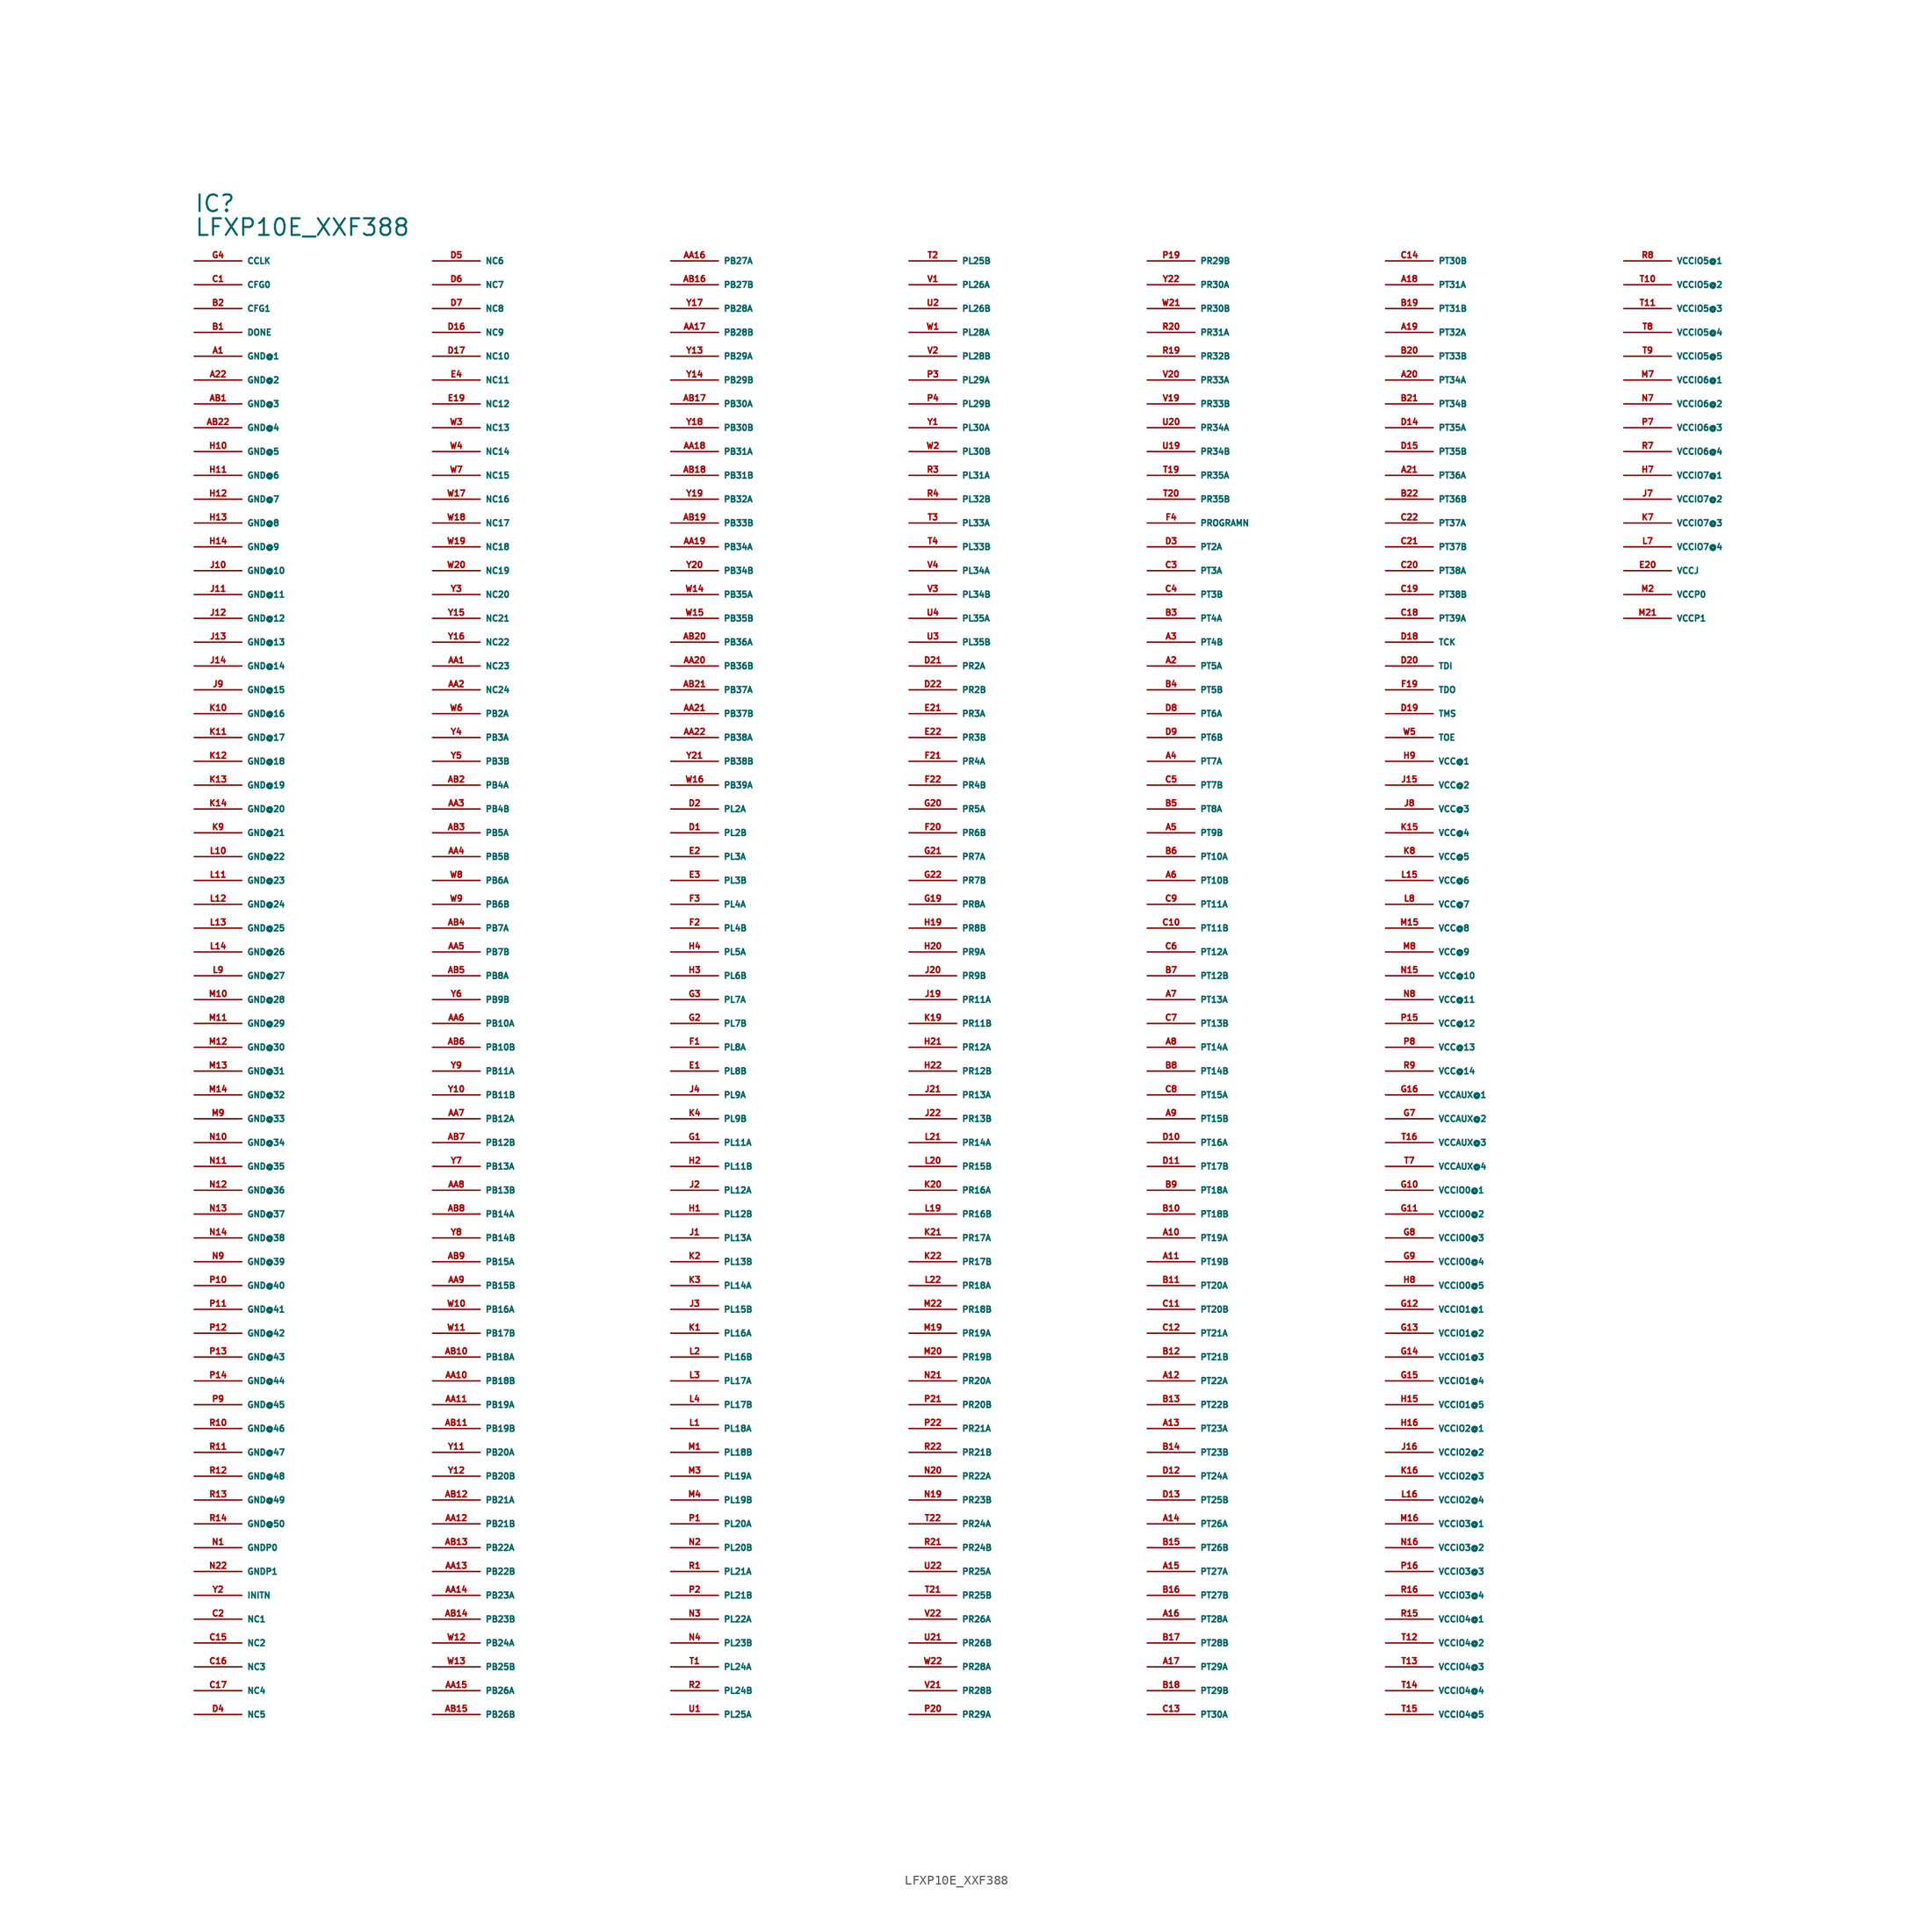
<source format=kicad_sym>
(kicad_symbol_lib
  (version 20220914)
  (generator Eagle2Kicad)
  (symbol "LFXP10E_XXF388"
    (property "Reference" "IC"
      (at -81.28 86.36 0)
      (effects (font (size 1.778 1.778) (thickness 0.22)) (justify left bottom)))
    (property "Value" "LFXP10E_XXF388"
      (at -81.28 83.82 0)
      (effects (font (size 1.778 1.778) (thickness 0.22)) (justify left bottom)))
    (pin bidirectional line
      (at -81.28 81.28 0)
      (length 5.08)
      (name "CCLK" (effects (font (size 0.635 0.635) (thickness 0.08)) (justify left bottom)))
      (number "G4" (effects (font (size 0.635 0.635) (thickness 0.08)) (justify left bottom))))
    (pin input line
      (at -81.28 78.74 0)
      (length 5.08)
      (name "CFG0" (effects (font (size 0.635 0.635) (thickness 0.08)) (justify left bottom)))
      (number "C1" (effects (font (size 0.635 0.635) (thickness 0.08)) (justify left bottom))))
    (pin input line
      (at -81.28 76.2 0)
      (length 5.08)
      (name "CFG1" (effects (font (size 0.635 0.635) (thickness 0.08)) (justify left bottom)))
      (number "B2" (effects (font (size 0.635 0.635) (thickness 0.08)) (justify left bottom))))
    (pin bidirectional line
      (at -81.28 73.66 0)
      (length 5.08)
      (name "DONE" (effects (font (size 0.635 0.635) (thickness 0.08)) (justify left bottom)))
      (number "B1" (effects (font (size 0.635 0.635) (thickness 0.08)) (justify left bottom))))
    (pin unspecified line
      (at -81.28 71.12 0)
      (length 5.08)
      (name "GND@1" (effects (font (size 0.635 0.635) (thickness 0.08)) (justify left bottom)))
      (number "A1" (effects (font (size 0.635 0.635) (thickness 0.08)) (justify left bottom))))
    (pin unspecified line
      (at -81.28 68.58 0)
      (length 5.08)
      (name "GND@2" (effects (font (size 0.635 0.635) (thickness 0.08)) (justify left bottom)))
      (number "A22" (effects (font (size 0.635 0.635) (thickness 0.08)) (justify left bottom))))
    (pin unspecified line
      (at -81.28 66.04 0)
      (length 5.08)
      (name "GND@3" (effects (font (size 0.635 0.635) (thickness 0.08)) (justify left bottom)))
      (number "AB1" (effects (font (size 0.635 0.635) (thickness 0.08)) (justify left bottom))))
    (pin unspecified line
      (at -81.28 63.5 0)
      (length 5.08)
      (name "GND@4" (effects (font (size 0.635 0.635) (thickness 0.08)) (justify left bottom)))
      (number "AB22" (effects (font (size 0.635 0.635) (thickness 0.08)) (justify left bottom))))
    (pin unspecified line
      (at -81.28 60.96 0)
      (length 5.08)
      (name "GND@5" (effects (font (size 0.635 0.635) (thickness 0.08)) (justify left bottom)))
      (number "H10" (effects (font (size 0.635 0.635) (thickness 0.08)) (justify left bottom))))
    (pin unspecified line
      (at -81.28 58.42 0)
      (length 5.08)
      (name "GND@6" (effects (font (size 0.635 0.635) (thickness 0.08)) (justify left bottom)))
      (number "H11" (effects (font (size 0.635 0.635) (thickness 0.08)) (justify left bottom))))
    (pin unspecified line
      (at -81.28 55.88 0)
      (length 5.08)
      (name "GND@7" (effects (font (size 0.635 0.635) (thickness 0.08)) (justify left bottom)))
      (number "H12" (effects (font (size 0.635 0.635) (thickness 0.08)) (justify left bottom))))
    (pin unspecified line
      (at -81.28 53.34 0)
      (length 5.08)
      (name "GND@8" (effects (font (size 0.635 0.635) (thickness 0.08)) (justify left bottom)))
      (number "H13" (effects (font (size 0.635 0.635) (thickness 0.08)) (justify left bottom))))
    (pin unspecified line
      (at -81.28 50.8 0)
      (length 5.08)
      (name "GND@9" (effects (font (size 0.635 0.635) (thickness 0.08)) (justify left bottom)))
      (number "H14" (effects (font (size 0.635 0.635) (thickness 0.08)) (justify left bottom))))
    (pin unspecified line
      (at -81.28 48.26 0)
      (length 5.08)
      (name "GND@10" (effects (font (size 0.635 0.635) (thickness 0.08)) (justify left bottom)))
      (number "J10" (effects (font (size 0.635 0.635) (thickness 0.08)) (justify left bottom))))
    (pin unspecified line
      (at -81.28 45.72 0)
      (length 5.08)
      (name "GND@11" (effects (font (size 0.635 0.635) (thickness 0.08)) (justify left bottom)))
      (number "J11" (effects (font (size 0.635 0.635) (thickness 0.08)) (justify left bottom))))
    (pin unspecified line
      (at -81.28 43.18 0)
      (length 5.08)
      (name "GND@12" (effects (font (size 0.635 0.635) (thickness 0.08)) (justify left bottom)))
      (number "J12" (effects (font (size 0.635 0.635) (thickness 0.08)) (justify left bottom))))
    (pin unspecified line
      (at -81.28 40.64 0)
      (length 5.08)
      (name "GND@13" (effects (font (size 0.635 0.635) (thickness 0.08)) (justify left bottom)))
      (number "J13" (effects (font (size 0.635 0.635) (thickness 0.08)) (justify left bottom))))
    (pin unspecified line
      (at -81.28 38.1 0)
      (length 5.08)
      (name "GND@14" (effects (font (size 0.635 0.635) (thickness 0.08)) (justify left bottom)))
      (number "J14" (effects (font (size 0.635 0.635) (thickness 0.08)) (justify left bottom))))
    (pin unspecified line
      (at -81.28 35.56 0)
      (length 5.08)
      (name "GND@15" (effects (font (size 0.635 0.635) (thickness 0.08)) (justify left bottom)))
      (number "J9" (effects (font (size 0.635 0.635) (thickness 0.08)) (justify left bottom))))
    (pin unspecified line
      (at -81.28 33.02 0)
      (length 5.08)
      (name "GND@16" (effects (font (size 0.635 0.635) (thickness 0.08)) (justify left bottom)))
      (number "K10" (effects (font (size 0.635 0.635) (thickness 0.08)) (justify left bottom))))
    (pin unspecified line
      (at -81.28 30.48 0)
      (length 5.08)
      (name "GND@17" (effects (font (size 0.635 0.635) (thickness 0.08)) (justify left bottom)))
      (number "K11" (effects (font (size 0.635 0.635) (thickness 0.08)) (justify left bottom))))
    (pin unspecified line
      (at -81.28 27.94 0)
      (length 5.08)
      (name "GND@18" (effects (font (size 0.635 0.635) (thickness 0.08)) (justify left bottom)))
      (number "K12" (effects (font (size 0.635 0.635) (thickness 0.08)) (justify left bottom))))
    (pin unspecified line
      (at -81.28 25.4 0)
      (length 5.08)
      (name "GND@19" (effects (font (size 0.635 0.635) (thickness 0.08)) (justify left bottom)))
      (number "K13" (effects (font (size 0.635 0.635) (thickness 0.08)) (justify left bottom))))
    (pin unspecified line
      (at -81.28 22.86 0)
      (length 5.08)
      (name "GND@20" (effects (font (size 0.635 0.635) (thickness 0.08)) (justify left bottom)))
      (number "K14" (effects (font (size 0.635 0.635) (thickness 0.08)) (justify left bottom))))
    (pin unspecified line
      (at -81.28 20.32 0)
      (length 5.08)
      (name "GND@21" (effects (font (size 0.635 0.635) (thickness 0.08)) (justify left bottom)))
      (number "K9" (effects (font (size 0.635 0.635) (thickness 0.08)) (justify left bottom))))
    (pin unspecified line
      (at -81.28 17.78 0)
      (length 5.08)
      (name "GND@22" (effects (font (size 0.635 0.635) (thickness 0.08)) (justify left bottom)))
      (number "L10" (effects (font (size 0.635 0.635) (thickness 0.08)) (justify left bottom))))
    (pin unspecified line
      (at -81.28 15.24 0)
      (length 5.08)
      (name "GND@23" (effects (font (size 0.635 0.635) (thickness 0.08)) (justify left bottom)))
      (number "L11" (effects (font (size 0.635 0.635) (thickness 0.08)) (justify left bottom))))
    (pin unspecified line
      (at -81.28 12.7 0)
      (length 5.08)
      (name "GND@24" (effects (font (size 0.635 0.635) (thickness 0.08)) (justify left bottom)))
      (number "L12" (effects (font (size 0.635 0.635) (thickness 0.08)) (justify left bottom))))
    (pin unspecified line
      (at -81.28 10.16 0)
      (length 5.08)
      (name "GND@25" (effects (font (size 0.635 0.635) (thickness 0.08)) (justify left bottom)))
      (number "L13" (effects (font (size 0.635 0.635) (thickness 0.08)) (justify left bottom))))
    (pin unspecified line
      (at -81.28 7.62 0)
      (length 5.08)
      (name "GND@26" (effects (font (size 0.635 0.635) (thickness 0.08)) (justify left bottom)))
      (number "L14" (effects (font (size 0.635 0.635) (thickness 0.08)) (justify left bottom))))
    (pin unspecified line
      (at -81.28 5.08 0)
      (length 5.08)
      (name "GND@27" (effects (font (size 0.635 0.635) (thickness 0.08)) (justify left bottom)))
      (number "L9" (effects (font (size 0.635 0.635) (thickness 0.08)) (justify left bottom))))
    (pin unspecified line
      (at -81.28 2.54 0)
      (length 5.08)
      (name "GND@28" (effects (font (size 0.635 0.635) (thickness 0.08)) (justify left bottom)))
      (number "M10" (effects (font (size 0.635 0.635) (thickness 0.08)) (justify left bottom))))
    (pin unspecified line
      (at -81.28 0 0)
      (length 5.08)
      (name "GND@29" (effects (font (size 0.635 0.635) (thickness 0.08)) (justify left bottom)))
      (number "M11" (effects (font (size 0.635 0.635) (thickness 0.08)) (justify left bottom))))
    (pin unspecified line
      (at -81.28 -2.54 0)
      (length 5.08)
      (name "GND@30" (effects (font (size 0.635 0.635) (thickness 0.08)) (justify left bottom)))
      (number "M12" (effects (font (size 0.635 0.635) (thickness 0.08)) (justify left bottom))))
    (pin unspecified line
      (at -81.28 -5.08 0)
      (length 5.08)
      (name "GND@31" (effects (font (size 0.635 0.635) (thickness 0.08)) (justify left bottom)))
      (number "M13" (effects (font (size 0.635 0.635) (thickness 0.08)) (justify left bottom))))
    (pin unspecified line
      (at -81.28 -7.62 0)
      (length 5.08)
      (name "GND@32" (effects (font (size 0.635 0.635) (thickness 0.08)) (justify left bottom)))
      (number "M14" (effects (font (size 0.635 0.635) (thickness 0.08)) (justify left bottom))))
    (pin unspecified line
      (at -81.28 -10.16 0)
      (length 5.08)
      (name "GND@33" (effects (font (size 0.635 0.635) (thickness 0.08)) (justify left bottom)))
      (number "M9" (effects (font (size 0.635 0.635) (thickness 0.08)) (justify left bottom))))
    (pin unspecified line
      (at -81.28 -12.7 0)
      (length 5.08)
      (name "GND@34" (effects (font (size 0.635 0.635) (thickness 0.08)) (justify left bottom)))
      (number "N10" (effects (font (size 0.635 0.635) (thickness 0.08)) (justify left bottom))))
    (pin unspecified line
      (at -81.28 -15.24 0)
      (length 5.08)
      (name "GND@35" (effects (font (size 0.635 0.635) (thickness 0.08)) (justify left bottom)))
      (number "N11" (effects (font (size 0.635 0.635) (thickness 0.08)) (justify left bottom))))
    (pin unspecified line
      (at -81.28 -17.78 0)
      (length 5.08)
      (name "GND@36" (effects (font (size 0.635 0.635) (thickness 0.08)) (justify left bottom)))
      (number "N12" (effects (font (size 0.635 0.635) (thickness 0.08)) (justify left bottom))))
    (pin unspecified line
      (at -81.28 -20.32 0)
      (length 5.08)
      (name "GND@37" (effects (font (size 0.635 0.635) (thickness 0.08)) (justify left bottom)))
      (number "N13" (effects (font (size 0.635 0.635) (thickness 0.08)) (justify left bottom))))
    (pin unspecified line
      (at -81.28 -22.86 0)
      (length 5.08)
      (name "GND@38" (effects (font (size 0.635 0.635) (thickness 0.08)) (justify left bottom)))
      (number "N14" (effects (font (size 0.635 0.635) (thickness 0.08)) (justify left bottom))))
    (pin unspecified line
      (at -81.28 -25.4 0)
      (length 5.08)
      (name "GND@39" (effects (font (size 0.635 0.635) (thickness 0.08)) (justify left bottom)))
      (number "N9" (effects (font (size 0.635 0.635) (thickness 0.08)) (justify left bottom))))
    (pin unspecified line
      (at -81.28 -27.94 0)
      (length 5.08)
      (name "GND@40" (effects (font (size 0.635 0.635) (thickness 0.08)) (justify left bottom)))
      (number "P10" (effects (font (size 0.635 0.635) (thickness 0.08)) (justify left bottom))))
    (pin unspecified line
      (at -81.28 -30.48 0)
      (length 5.08)
      (name "GND@41" (effects (font (size 0.635 0.635) (thickness 0.08)) (justify left bottom)))
      (number "P11" (effects (font (size 0.635 0.635) (thickness 0.08)) (justify left bottom))))
    (pin unspecified line
      (at -81.28 -33.02 0)
      (length 5.08)
      (name "GND@42" (effects (font (size 0.635 0.635) (thickness 0.08)) (justify left bottom)))
      (number "P12" (effects (font (size 0.635 0.635) (thickness 0.08)) (justify left bottom))))
    (pin unspecified line
      (at -81.28 -35.56 0)
      (length 5.08)
      (name "GND@43" (effects (font (size 0.635 0.635) (thickness 0.08)) (justify left bottom)))
      (number "P13" (effects (font (size 0.635 0.635) (thickness 0.08)) (justify left bottom))))
    (pin unspecified line
      (at -81.28 -38.1 0)
      (length 5.08)
      (name "GND@44" (effects (font (size 0.635 0.635) (thickness 0.08)) (justify left bottom)))
      (number "P14" (effects (font (size 0.635 0.635) (thickness 0.08)) (justify left bottom))))
    (pin unspecified line
      (at -81.28 -40.64 0)
      (length 5.08)
      (name "GND@45" (effects (font (size 0.635 0.635) (thickness 0.08)) (justify left bottom)))
      (number "P9" (effects (font (size 0.635 0.635) (thickness 0.08)) (justify left bottom))))
    (pin unspecified line
      (at -81.28 -43.18 0)
      (length 5.08)
      (name "GND@46" (effects (font (size 0.635 0.635) (thickness 0.08)) (justify left bottom)))
      (number "R10" (effects (font (size 0.635 0.635) (thickness 0.08)) (justify left bottom))))
    (pin unspecified line
      (at -81.28 -45.72 0)
      (length 5.08)
      (name "GND@47" (effects (font (size 0.635 0.635) (thickness 0.08)) (justify left bottom)))
      (number "R11" (effects (font (size 0.635 0.635) (thickness 0.08)) (justify left bottom))))
    (pin unspecified line
      (at -81.28 -48.26 0)
      (length 5.08)
      (name "GND@48" (effects (font (size 0.635 0.635) (thickness 0.08)) (justify left bottom)))
      (number "R12" (effects (font (size 0.635 0.635) (thickness 0.08)) (justify left bottom))))
    (pin unspecified line
      (at -81.28 -50.8 0)
      (length 5.08)
      (name "GND@49" (effects (font (size 0.635 0.635) (thickness 0.08)) (justify left bottom)))
      (number "R13" (effects (font (size 0.635 0.635) (thickness 0.08)) (justify left bottom))))
    (pin unspecified line
      (at -81.28 -53.34 0)
      (length 5.08)
      (name "GND@50" (effects (font (size 0.635 0.635) (thickness 0.08)) (justify left bottom)))
      (number "R14" (effects (font (size 0.635 0.635) (thickness 0.08)) (justify left bottom))))
    (pin unspecified line
      (at -81.28 -55.88 0)
      (length 5.08)
      (name "GNDP0" (effects (font (size 0.635 0.635) (thickness 0.08)) (justify left bottom)))
      (number "N1" (effects (font (size 0.635 0.635) (thickness 0.08)) (justify left bottom))))
    (pin unspecified line
      (at -81.28 -58.42 0)
      (length 5.08)
      (name "GNDP1" (effects (font (size 0.635 0.635) (thickness 0.08)) (justify left bottom)))
      (number "N22" (effects (font (size 0.635 0.635) (thickness 0.08)) (justify left bottom))))
    (pin bidirectional line
      (at -81.28 -60.96 0)
      (length 5.08)
      (name "INITN" (effects (font (size 0.635 0.635) (thickness 0.08)) (justify left bottom)))
      (number "Y2" (effects (font (size 0.635 0.635) (thickness 0.08)) (justify left bottom))))
    (pin passive line
      (at -81.28 -63.5 0)
      (length 5.08)
      (name "NC1" (effects (font (size 0.635 0.635) (thickness 0.08)) (justify left bottom)))
      (number "C2" (effects (font (size 0.635 0.635) (thickness 0.08)) (justify left bottom))))
    (pin passive line
      (at -81.28 -66.04 0)
      (length 5.08)
      (name "NC2" (effects (font (size 0.635 0.635) (thickness 0.08)) (justify left bottom)))
      (number "C15" (effects (font (size 0.635 0.635) (thickness 0.08)) (justify left bottom))))
    (pin passive line
      (at -81.28 -68.58 0)
      (length 5.08)
      (name "NC3" (effects (font (size 0.635 0.635) (thickness 0.08)) (justify left bottom)))
      (number "C16" (effects (font (size 0.635 0.635) (thickness 0.08)) (justify left bottom))))
    (pin passive line
      (at -81.28 -71.12 0)
      (length 5.08)
      (name "NC4" (effects (font (size 0.635 0.635) (thickness 0.08)) (justify left bottom)))
      (number "C17" (effects (font (size 0.635 0.635) (thickness 0.08)) (justify left bottom))))
    (pin passive line
      (at -81.28 -73.66 0)
      (length 5.08)
      (name "NC5" (effects (font (size 0.635 0.635) (thickness 0.08)) (justify left bottom)))
      (number "D4" (effects (font (size 0.635 0.635) (thickness 0.08)) (justify left bottom))))
    (pin passive line
      (at -55.88 81.28 0)
      (length 5.08)
      (name "NC6" (effects (font (size 0.635 0.635) (thickness 0.08)) (justify left bottom)))
      (number "D5" (effects (font (size 0.635 0.635) (thickness 0.08)) (justify left bottom))))
    (pin passive line
      (at -55.88 78.74 0)
      (length 5.08)
      (name "NC7" (effects (font (size 0.635 0.635) (thickness 0.08)) (justify left bottom)))
      (number "D6" (effects (font (size 0.635 0.635) (thickness 0.08)) (justify left bottom))))
    (pin passive line
      (at -55.88 76.2 0)
      (length 5.08)
      (name "NC8" (effects (font (size 0.635 0.635) (thickness 0.08)) (justify left bottom)))
      (number "D7" (effects (font (size 0.635 0.635) (thickness 0.08)) (justify left bottom))))
    (pin passive line
      (at -55.88 73.66 0)
      (length 5.08)
      (name "NC9" (effects (font (size 0.635 0.635) (thickness 0.08)) (justify left bottom)))
      (number "D16" (effects (font (size 0.635 0.635) (thickness 0.08)) (justify left bottom))))
    (pin passive line
      (at -55.88 71.12 0)
      (length 5.08)
      (name "NC10" (effects (font (size 0.635 0.635) (thickness 0.08)) (justify left bottom)))
      (number "D17" (effects (font (size 0.635 0.635) (thickness 0.08)) (justify left bottom))))
    (pin passive line
      (at -55.88 68.58 0)
      (length 5.08)
      (name "NC11" (effects (font (size 0.635 0.635) (thickness 0.08)) (justify left bottom)))
      (number "E4" (effects (font (size 0.635 0.635) (thickness 0.08)) (justify left bottom))))
    (pin passive line
      (at -55.88 66.04 0)
      (length 5.08)
      (name "NC12" (effects (font (size 0.635 0.635) (thickness 0.08)) (justify left bottom)))
      (number "E19" (effects (font (size 0.635 0.635) (thickness 0.08)) (justify left bottom))))
    (pin passive line
      (at -55.88 63.5 0)
      (length 5.08)
      (name "NC13" (effects (font (size 0.635 0.635) (thickness 0.08)) (justify left bottom)))
      (number "W3" (effects (font (size 0.635 0.635) (thickness 0.08)) (justify left bottom))))
    (pin passive line
      (at -55.88 60.96 0)
      (length 5.08)
      (name "NC14" (effects (font (size 0.635 0.635) (thickness 0.08)) (justify left bottom)))
      (number "W4" (effects (font (size 0.635 0.635) (thickness 0.08)) (justify left bottom))))
    (pin passive line
      (at -55.88 58.42 0)
      (length 5.08)
      (name "NC15" (effects (font (size 0.635 0.635) (thickness 0.08)) (justify left bottom)))
      (number "W7" (effects (font (size 0.635 0.635) (thickness 0.08)) (justify left bottom))))
    (pin passive line
      (at -55.88 55.88 0)
      (length 5.08)
      (name "NC16" (effects (font (size 0.635 0.635) (thickness 0.08)) (justify left bottom)))
      (number "W17" (effects (font (size 0.635 0.635) (thickness 0.08)) (justify left bottom))))
    (pin passive line
      (at -55.88 53.34 0)
      (length 5.08)
      (name "NC17" (effects (font (size 0.635 0.635) (thickness 0.08)) (justify left bottom)))
      (number "W18" (effects (font (size 0.635 0.635) (thickness 0.08)) (justify left bottom))))
    (pin passive line
      (at -55.88 50.8 0)
      (length 5.08)
      (name "NC18" (effects (font (size 0.635 0.635) (thickness 0.08)) (justify left bottom)))
      (number "W19" (effects (font (size 0.635 0.635) (thickness 0.08)) (justify left bottom))))
    (pin passive line
      (at -55.88 48.26 0)
      (length 5.08)
      (name "NC19" (effects (font (size 0.635 0.635) (thickness 0.08)) (justify left bottom)))
      (number "W20" (effects (font (size 0.635 0.635) (thickness 0.08)) (justify left bottom))))
    (pin passive line
      (at -55.88 45.72 0)
      (length 5.08)
      (name "NC20" (effects (font (size 0.635 0.635) (thickness 0.08)) (justify left bottom)))
      (number "Y3" (effects (font (size 0.635 0.635) (thickness 0.08)) (justify left bottom))))
    (pin passive line
      (at -55.88 43.18 0)
      (length 5.08)
      (name "NC21" (effects (font (size 0.635 0.635) (thickness 0.08)) (justify left bottom)))
      (number "Y15" (effects (font (size 0.635 0.635) (thickness 0.08)) (justify left bottom))))
    (pin passive line
      (at -55.88 40.64 0)
      (length 5.08)
      (name "NC22" (effects (font (size 0.635 0.635) (thickness 0.08)) (justify left bottom)))
      (number "Y16" (effects (font (size 0.635 0.635) (thickness 0.08)) (justify left bottom))))
    (pin passive line
      (at -55.88 38.1 0)
      (length 5.08)
      (name "NC23" (effects (font (size 0.635 0.635) (thickness 0.08)) (justify left bottom)))
      (number "AA1" (effects (font (size 0.635 0.635) (thickness 0.08)) (justify left bottom))))
    (pin passive line
      (at -55.88 35.56 0)
      (length 5.08)
      (name "NC24" (effects (font (size 0.635 0.635) (thickness 0.08)) (justify left bottom)))
      (number "AA2" (effects (font (size 0.635 0.635) (thickness 0.08)) (justify left bottom))))
    (pin bidirectional line
      (at -55.88 33.02 0)
      (length 5.08)
      (name "PB2A" (effects (font (size 0.635 0.635) (thickness 0.08)) (justify left bottom)))
      (number "W6" (effects (font (size 0.635 0.635) (thickness 0.08)) (justify left bottom))))
    (pin bidirectional line
      (at -55.88 30.48 0)
      (length 5.08)
      (name "PB3A" (effects (font (size 0.635 0.635) (thickness 0.08)) (justify left bottom)))
      (number "Y4" (effects (font (size 0.635 0.635) (thickness 0.08)) (justify left bottom))))
    (pin bidirectional line
      (at -55.88 27.94 0)
      (length 5.08)
      (name "PB3B" (effects (font (size 0.635 0.635) (thickness 0.08)) (justify left bottom)))
      (number "Y5" (effects (font (size 0.635 0.635) (thickness 0.08)) (justify left bottom))))
    (pin bidirectional line
      (at -55.88 25.4 0)
      (length 5.08)
      (name "PB4A" (effects (font (size 0.635 0.635) (thickness 0.08)) (justify left bottom)))
      (number "AB2" (effects (font (size 0.635 0.635) (thickness 0.08)) (justify left bottom))))
    (pin bidirectional line
      (at -55.88 22.86 0)
      (length 5.08)
      (name "PB4B" (effects (font (size 0.635 0.635) (thickness 0.08)) (justify left bottom)))
      (number "AA3" (effects (font (size 0.635 0.635) (thickness 0.08)) (justify left bottom))))
    (pin bidirectional line
      (at -55.88 20.32 0)
      (length 5.08)
      (name "PB5A" (effects (font (size 0.635 0.635) (thickness 0.08)) (justify left bottom)))
      (number "AB3" (effects (font (size 0.635 0.635) (thickness 0.08)) (justify left bottom))))
    (pin bidirectional line
      (at -55.88 17.78 0)
      (length 5.08)
      (name "PB5B" (effects (font (size 0.635 0.635) (thickness 0.08)) (justify left bottom)))
      (number "AA4" (effects (font (size 0.635 0.635) (thickness 0.08)) (justify left bottom))))
    (pin bidirectional line
      (at -55.88 15.24 0)
      (length 5.08)
      (name "PB6A" (effects (font (size 0.635 0.635) (thickness 0.08)) (justify left bottom)))
      (number "W8" (effects (font (size 0.635 0.635) (thickness 0.08)) (justify left bottom))))
    (pin bidirectional line
      (at -55.88 12.7 0)
      (length 5.08)
      (name "PB6B" (effects (font (size 0.635 0.635) (thickness 0.08)) (justify left bottom)))
      (number "W9" (effects (font (size 0.635 0.635) (thickness 0.08)) (justify left bottom))))
    (pin bidirectional line
      (at -55.88 10.16 0)
      (length 5.08)
      (name "PB7A" (effects (font (size 0.635 0.635) (thickness 0.08)) (justify left bottom)))
      (number "AB4" (effects (font (size 0.635 0.635) (thickness 0.08)) (justify left bottom))))
    (pin bidirectional line
      (at -55.88 7.62 0)
      (length 5.08)
      (name "PB7B" (effects (font (size 0.635 0.635) (thickness 0.08)) (justify left bottom)))
      (number "AA5" (effects (font (size 0.635 0.635) (thickness 0.08)) (justify left bottom))))
    (pin bidirectional line
      (at -55.88 5.08 0)
      (length 5.08)
      (name "PB8A" (effects (font (size 0.635 0.635) (thickness 0.08)) (justify left bottom)))
      (number "AB5" (effects (font (size 0.635 0.635) (thickness 0.08)) (justify left bottom))))
    (pin bidirectional line
      (at -55.88 2.54 0)
      (length 5.08)
      (name "PB9B" (effects (font (size 0.635 0.635) (thickness 0.08)) (justify left bottom)))
      (number "Y6" (effects (font (size 0.635 0.635) (thickness 0.08)) (justify left bottom))))
    (pin bidirectional line
      (at -55.88 0 0)
      (length 5.08)
      (name "PB10A" (effects (font (size 0.635 0.635) (thickness 0.08)) (justify left bottom)))
      (number "AA6" (effects (font (size 0.635 0.635) (thickness 0.08)) (justify left bottom))))
    (pin bidirectional line
      (at -55.88 -2.54 0)
      (length 5.08)
      (name "PB10B" (effects (font (size 0.635 0.635) (thickness 0.08)) (justify left bottom)))
      (number "AB6" (effects (font (size 0.635 0.635) (thickness 0.08)) (justify left bottom))))
    (pin bidirectional line
      (at -55.88 -5.08 0)
      (length 5.08)
      (name "PB11A" (effects (font (size 0.635 0.635) (thickness 0.08)) (justify left bottom)))
      (number "Y9" (effects (font (size 0.635 0.635) (thickness 0.08)) (justify left bottom))))
    (pin bidirectional line
      (at -55.88 -7.62 0)
      (length 5.08)
      (name "PB11B" (effects (font (size 0.635 0.635) (thickness 0.08)) (justify left bottom)))
      (number "Y10" (effects (font (size 0.635 0.635) (thickness 0.08)) (justify left bottom))))
    (pin bidirectional line
      (at -55.88 -10.16 0)
      (length 5.08)
      (name "PB12A" (effects (font (size 0.635 0.635) (thickness 0.08)) (justify left bottom)))
      (number "AA7" (effects (font (size 0.635 0.635) (thickness 0.08)) (justify left bottom))))
    (pin bidirectional line
      (at -55.88 -12.7 0)
      (length 5.08)
      (name "PB12B" (effects (font (size 0.635 0.635) (thickness 0.08)) (justify left bottom)))
      (number "AB7" (effects (font (size 0.635 0.635) (thickness 0.08)) (justify left bottom))))
    (pin bidirectional line
      (at -55.88 -15.24 0)
      (length 5.08)
      (name "PB13A" (effects (font (size 0.635 0.635) (thickness 0.08)) (justify left bottom)))
      (number "Y7" (effects (font (size 0.635 0.635) (thickness 0.08)) (justify left bottom))))
    (pin bidirectional line
      (at -55.88 -17.78 0)
      (length 5.08)
      (name "PB13B" (effects (font (size 0.635 0.635) (thickness 0.08)) (justify left bottom)))
      (number "AA8" (effects (font (size 0.635 0.635) (thickness 0.08)) (justify left bottom))))
    (pin bidirectional line
      (at -55.88 -20.32 0)
      (length 5.08)
      (name "PB14A" (effects (font (size 0.635 0.635) (thickness 0.08)) (justify left bottom)))
      (number "AB8" (effects (font (size 0.635 0.635) (thickness 0.08)) (justify left bottom))))
    (pin bidirectional line
      (at -55.88 -22.86 0)
      (length 5.08)
      (name "PB14B" (effects (font (size 0.635 0.635) (thickness 0.08)) (justify left bottom)))
      (number "Y8" (effects (font (size 0.635 0.635) (thickness 0.08)) (justify left bottom))))
    (pin bidirectional line
      (at -55.88 -25.4 0)
      (length 5.08)
      (name "PB15A" (effects (font (size 0.635 0.635) (thickness 0.08)) (justify left bottom)))
      (number "AB9" (effects (font (size 0.635 0.635) (thickness 0.08)) (justify left bottom))))
    (pin bidirectional line
      (at -55.88 -27.94 0)
      (length 5.08)
      (name "PB15B" (effects (font (size 0.635 0.635) (thickness 0.08)) (justify left bottom)))
      (number "AA9" (effects (font (size 0.635 0.635) (thickness 0.08)) (justify left bottom))))
    (pin bidirectional line
      (at -55.88 -30.48 0)
      (length 5.08)
      (name "PB16A" (effects (font (size 0.635 0.635) (thickness 0.08)) (justify left bottom)))
      (number "W10" (effects (font (size 0.635 0.635) (thickness 0.08)) (justify left bottom))))
    (pin bidirectional line
      (at -55.88 -33.02 0)
      (length 5.08)
      (name "PB17B" (effects (font (size 0.635 0.635) (thickness 0.08)) (justify left bottom)))
      (number "W11" (effects (font (size 0.635 0.635) (thickness 0.08)) (justify left bottom))))
    (pin bidirectional line
      (at -55.88 -35.56 0)
      (length 5.08)
      (name "PB18A" (effects (font (size 0.635 0.635) (thickness 0.08)) (justify left bottom)))
      (number "AB10" (effects (font (size 0.635 0.635) (thickness 0.08)) (justify left bottom))))
    (pin bidirectional line
      (at -55.88 -38.1 0)
      (length 5.08)
      (name "PB18B" (effects (font (size 0.635 0.635) (thickness 0.08)) (justify left bottom)))
      (number "AA10" (effects (font (size 0.635 0.635) (thickness 0.08)) (justify left bottom))))
    (pin bidirectional line
      (at -55.88 -40.64 0)
      (length 5.08)
      (name "PB19A" (effects (font (size 0.635 0.635) (thickness 0.08)) (justify left bottom)))
      (number "AA11" (effects (font (size 0.635 0.635) (thickness 0.08)) (justify left bottom))))
    (pin bidirectional line
      (at -55.88 -43.18 0)
      (length 5.08)
      (name "PB19B" (effects (font (size 0.635 0.635) (thickness 0.08)) (justify left bottom)))
      (number "AB11" (effects (font (size 0.635 0.635) (thickness 0.08)) (justify left bottom))))
    (pin bidirectional line
      (at -55.88 -45.72 0)
      (length 5.08)
      (name "PB20A" (effects (font (size 0.635 0.635) (thickness 0.08)) (justify left bottom)))
      (number "Y11" (effects (font (size 0.635 0.635) (thickness 0.08)) (justify left bottom))))
    (pin bidirectional line
      (at -55.88 -48.26 0)
      (length 5.08)
      (name "PB20B" (effects (font (size 0.635 0.635) (thickness 0.08)) (justify left bottom)))
      (number "Y12" (effects (font (size 0.635 0.635) (thickness 0.08)) (justify left bottom))))
    (pin bidirectional line
      (at -55.88 -50.8 0)
      (length 5.08)
      (name "PB21A" (effects (font (size 0.635 0.635) (thickness 0.08)) (justify left bottom)))
      (number "AB12" (effects (font (size 0.635 0.635) (thickness 0.08)) (justify left bottom))))
    (pin bidirectional line
      (at -55.88 -53.34 0)
      (length 5.08)
      (name "PB21B" (effects (font (size 0.635 0.635) (thickness 0.08)) (justify left bottom)))
      (number "AA12" (effects (font (size 0.635 0.635) (thickness 0.08)) (justify left bottom))))
    (pin bidirectional line
      (at -55.88 -55.88 0)
      (length 5.08)
      (name "PB22A" (effects (font (size 0.635 0.635) (thickness 0.08)) (justify left bottom)))
      (number "AB13" (effects (font (size 0.635 0.635) (thickness 0.08)) (justify left bottom))))
    (pin bidirectional line
      (at -55.88 -58.42 0)
      (length 5.08)
      (name "PB22B" (effects (font (size 0.635 0.635) (thickness 0.08)) (justify left bottom)))
      (number "AA13" (effects (font (size 0.635 0.635) (thickness 0.08)) (justify left bottom))))
    (pin bidirectional line
      (at -55.88 -60.96 0)
      (length 5.08)
      (name "PB23A" (effects (font (size 0.635 0.635) (thickness 0.08)) (justify left bottom)))
      (number "AA14" (effects (font (size 0.635 0.635) (thickness 0.08)) (justify left bottom))))
    (pin bidirectional line
      (at -55.88 -63.5 0)
      (length 5.08)
      (name "PB23B" (effects (font (size 0.635 0.635) (thickness 0.08)) (justify left bottom)))
      (number "AB14" (effects (font (size 0.635 0.635) (thickness 0.08)) (justify left bottom))))
    (pin bidirectional line
      (at -55.88 -66.04 0)
      (length 5.08)
      (name "PB24A" (effects (font (size 0.635 0.635) (thickness 0.08)) (justify left bottom)))
      (number "W12" (effects (font (size 0.635 0.635) (thickness 0.08)) (justify left bottom))))
    (pin bidirectional line
      (at -55.88 -68.58 0)
      (length 5.08)
      (name "PB25B" (effects (font (size 0.635 0.635) (thickness 0.08)) (justify left bottom)))
      (number "W13" (effects (font (size 0.635 0.635) (thickness 0.08)) (justify left bottom))))
    (pin bidirectional line
      (at -55.88 -71.12 0)
      (length 5.08)
      (name "PB26A" (effects (font (size 0.635 0.635) (thickness 0.08)) (justify left bottom)))
      (number "AA15" (effects (font (size 0.635 0.635) (thickness 0.08)) (justify left bottom))))
    (pin bidirectional line
      (at -55.88 -73.66 0)
      (length 5.08)
      (name "PB26B" (effects (font (size 0.635 0.635) (thickness 0.08)) (justify left bottom)))
      (number "AB15" (effects (font (size 0.635 0.635) (thickness 0.08)) (justify left bottom))))
    (pin bidirectional line
      (at -30.48 81.28 0)
      (length 5.08)
      (name "PB27A" (effects (font (size 0.635 0.635) (thickness 0.08)) (justify left bottom)))
      (number "AA16" (effects (font (size 0.635 0.635) (thickness 0.08)) (justify left bottom))))
    (pin bidirectional line
      (at -30.48 78.74 0)
      (length 5.08)
      (name "PB27B" (effects (font (size 0.635 0.635) (thickness 0.08)) (justify left bottom)))
      (number "AB16" (effects (font (size 0.635 0.635) (thickness 0.08)) (justify left bottom))))
    (pin bidirectional line
      (at -30.48 76.2 0)
      (length 5.08)
      (name "PB28A" (effects (font (size 0.635 0.635) (thickness 0.08)) (justify left bottom)))
      (number "Y17" (effects (font (size 0.635 0.635) (thickness 0.08)) (justify left bottom))))
    (pin bidirectional line
      (at -30.48 73.66 0)
      (length 5.08)
      (name "PB28B" (effects (font (size 0.635 0.635) (thickness 0.08)) (justify left bottom)))
      (number "AA17" (effects (font (size 0.635 0.635) (thickness 0.08)) (justify left bottom))))
    (pin bidirectional line
      (at -30.48 71.12 0)
      (length 5.08)
      (name "PB29A" (effects (font (size 0.635 0.635) (thickness 0.08)) (justify left bottom)))
      (number "Y13" (effects (font (size 0.635 0.635) (thickness 0.08)) (justify left bottom))))
    (pin bidirectional line
      (at -30.48 68.58 0)
      (length 5.08)
      (name "PB29B" (effects (font (size 0.635 0.635) (thickness 0.08)) (justify left bottom)))
      (number "Y14" (effects (font (size 0.635 0.635) (thickness 0.08)) (justify left bottom))))
    (pin bidirectional line
      (at -30.48 66.04 0)
      (length 5.08)
      (name "PB30A" (effects (font (size 0.635 0.635) (thickness 0.08)) (justify left bottom)))
      (number "AB17" (effects (font (size 0.635 0.635) (thickness 0.08)) (justify left bottom))))
    (pin bidirectional line
      (at -30.48 63.5 0)
      (length 5.08)
      (name "PB30B" (effects (font (size 0.635 0.635) (thickness 0.08)) (justify left bottom)))
      (number "Y18" (effects (font (size 0.635 0.635) (thickness 0.08)) (justify left bottom))))
    (pin bidirectional line
      (at -30.48 60.96 0)
      (length 5.08)
      (name "PB31A" (effects (font (size 0.635 0.635) (thickness 0.08)) (justify left bottom)))
      (number "AA18" (effects (font (size 0.635 0.635) (thickness 0.08)) (justify left bottom))))
    (pin bidirectional line
      (at -30.48 58.42 0)
      (length 5.08)
      (name "PB31B" (effects (font (size 0.635 0.635) (thickness 0.08)) (justify left bottom)))
      (number "AB18" (effects (font (size 0.635 0.635) (thickness 0.08)) (justify left bottom))))
    (pin bidirectional line
      (at -30.48 55.88 0)
      (length 5.08)
      (name "PB32A" (effects (font (size 0.635 0.635) (thickness 0.08)) (justify left bottom)))
      (number "Y19" (effects (font (size 0.635 0.635) (thickness 0.08)) (justify left bottom))))
    (pin bidirectional line
      (at -30.48 53.34 0)
      (length 5.08)
      (name "PB33B" (effects (font (size 0.635 0.635) (thickness 0.08)) (justify left bottom)))
      (number "AB19" (effects (font (size 0.635 0.635) (thickness 0.08)) (justify left bottom))))
    (pin bidirectional line
      (at -30.48 50.8 0)
      (length 5.08)
      (name "PB34A" (effects (font (size 0.635 0.635) (thickness 0.08)) (justify left bottom)))
      (number "AA19" (effects (font (size 0.635 0.635) (thickness 0.08)) (justify left bottom))))
    (pin bidirectional line
      (at -30.48 48.26 0)
      (length 5.08)
      (name "PB34B" (effects (font (size 0.635 0.635) (thickness 0.08)) (justify left bottom)))
      (number "Y20" (effects (font (size 0.635 0.635) (thickness 0.08)) (justify left bottom))))
    (pin bidirectional line
      (at -30.48 45.72 0)
      (length 5.08)
      (name "PB35A" (effects (font (size 0.635 0.635) (thickness 0.08)) (justify left bottom)))
      (number "W14" (effects (font (size 0.635 0.635) (thickness 0.08)) (justify left bottom))))
    (pin bidirectional line
      (at -30.48 43.18 0)
      (length 5.08)
      (name "PB35B" (effects (font (size 0.635 0.635) (thickness 0.08)) (justify left bottom)))
      (number "W15" (effects (font (size 0.635 0.635) (thickness 0.08)) (justify left bottom))))
    (pin bidirectional line
      (at -30.48 40.64 0)
      (length 5.08)
      (name "PB36A" (effects (font (size 0.635 0.635) (thickness 0.08)) (justify left bottom)))
      (number "AB20" (effects (font (size 0.635 0.635) (thickness 0.08)) (justify left bottom))))
    (pin bidirectional line
      (at -30.48 38.1 0)
      (length 5.08)
      (name "PB36B" (effects (font (size 0.635 0.635) (thickness 0.08)) (justify left bottom)))
      (number "AA20" (effects (font (size 0.635 0.635) (thickness 0.08)) (justify left bottom))))
    (pin bidirectional line
      (at -30.48 35.56 0)
      (length 5.08)
      (name "PB37A" (effects (font (size 0.635 0.635) (thickness 0.08)) (justify left bottom)))
      (number "AB21" (effects (font (size 0.635 0.635) (thickness 0.08)) (justify left bottom))))
    (pin bidirectional line
      (at -30.48 33.02 0)
      (length 5.08)
      (name "PB37B" (effects (font (size 0.635 0.635) (thickness 0.08)) (justify left bottom)))
      (number "AA21" (effects (font (size 0.635 0.635) (thickness 0.08)) (justify left bottom))))
    (pin bidirectional line
      (at -30.48 30.48 0)
      (length 5.08)
      (name "PB38A" (effects (font (size 0.635 0.635) (thickness 0.08)) (justify left bottom)))
      (number "AA22" (effects (font (size 0.635 0.635) (thickness 0.08)) (justify left bottom))))
    (pin bidirectional line
      (at -30.48 27.94 0)
      (length 5.08)
      (name "PB38B" (effects (font (size 0.635 0.635) (thickness 0.08)) (justify left bottom)))
      (number "Y21" (effects (font (size 0.635 0.635) (thickness 0.08)) (justify left bottom))))
    (pin bidirectional line
      (at -30.48 25.4 0)
      (length 5.08)
      (name "PB39A" (effects (font (size 0.635 0.635) (thickness 0.08)) (justify left bottom)))
      (number "W16" (effects (font (size 0.635 0.635) (thickness 0.08)) (justify left bottom))))
    (pin bidirectional line
      (at -30.48 22.86 0)
      (length 5.08)
      (name "PL2A" (effects (font (size 0.635 0.635) (thickness 0.08)) (justify left bottom)))
      (number "D2" (effects (font (size 0.635 0.635) (thickness 0.08)) (justify left bottom))))
    (pin bidirectional line
      (at -30.48 20.32 0)
      (length 5.08)
      (name "PL2B" (effects (font (size 0.635 0.635) (thickness 0.08)) (justify left bottom)))
      (number "D1" (effects (font (size 0.635 0.635) (thickness 0.08)) (justify left bottom))))
    (pin bidirectional line
      (at -30.48 17.78 0)
      (length 5.08)
      (name "PL3A" (effects (font (size 0.635 0.635) (thickness 0.08)) (justify left bottom)))
      (number "E2" (effects (font (size 0.635 0.635) (thickness 0.08)) (justify left bottom))))
    (pin bidirectional line
      (at -30.48 15.24 0)
      (length 5.08)
      (name "PL3B" (effects (font (size 0.635 0.635) (thickness 0.08)) (justify left bottom)))
      (number "E3" (effects (font (size 0.635 0.635) (thickness 0.08)) (justify left bottom))))
    (pin bidirectional line
      (at -30.48 12.7 0)
      (length 5.08)
      (name "PL4A" (effects (font (size 0.635 0.635) (thickness 0.08)) (justify left bottom)))
      (number "F3" (effects (font (size 0.635 0.635) (thickness 0.08)) (justify left bottom))))
    (pin bidirectional line
      (at -30.48 10.16 0)
      (length 5.08)
      (name "PL4B" (effects (font (size 0.635 0.635) (thickness 0.08)) (justify left bottom)))
      (number "F2" (effects (font (size 0.635 0.635) (thickness 0.08)) (justify left bottom))))
    (pin bidirectional line
      (at -30.48 7.62 0)
      (length 5.08)
      (name "PL5A" (effects (font (size 0.635 0.635) (thickness 0.08)) (justify left bottom)))
      (number "H4" (effects (font (size 0.635 0.635) (thickness 0.08)) (justify left bottom))))
    (pin bidirectional line
      (at -30.48 5.08 0)
      (length 5.08)
      (name "PL6B" (effects (font (size 0.635 0.635) (thickness 0.08)) (justify left bottom)))
      (number "H3" (effects (font (size 0.635 0.635) (thickness 0.08)) (justify left bottom))))
    (pin bidirectional line
      (at -30.48 2.54 0)
      (length 5.08)
      (name "PL7A" (effects (font (size 0.635 0.635) (thickness 0.08)) (justify left bottom)))
      (number "G3" (effects (font (size 0.635 0.635) (thickness 0.08)) (justify left bottom))))
    (pin bidirectional line
      (at -30.48 0 0)
      (length 5.08)
      (name "PL7B" (effects (font (size 0.635 0.635) (thickness 0.08)) (justify left bottom)))
      (number "G2" (effects (font (size 0.635 0.635) (thickness 0.08)) (justify left bottom))))
    (pin bidirectional line
      (at -30.48 -2.54 0)
      (length 5.08)
      (name "PL8A" (effects (font (size 0.635 0.635) (thickness 0.08)) (justify left bottom)))
      (number "F1" (effects (font (size 0.635 0.635) (thickness 0.08)) (justify left bottom))))
    (pin bidirectional line
      (at -30.48 -5.08 0)
      (length 5.08)
      (name "PL8B" (effects (font (size 0.635 0.635) (thickness 0.08)) (justify left bottom)))
      (number "E1" (effects (font (size 0.635 0.635) (thickness 0.08)) (justify left bottom))))
    (pin bidirectional line
      (at -30.48 -7.62 0)
      (length 5.08)
      (name "PL9A" (effects (font (size 0.635 0.635) (thickness 0.08)) (justify left bottom)))
      (number "J4" (effects (font (size 0.635 0.635) (thickness 0.08)) (justify left bottom))))
    (pin bidirectional line
      (at -30.48 -10.16 0)
      (length 5.08)
      (name "PL9B" (effects (font (size 0.635 0.635) (thickness 0.08)) (justify left bottom)))
      (number "K4" (effects (font (size 0.635 0.635) (thickness 0.08)) (justify left bottom))))
    (pin bidirectional line
      (at -30.48 -12.7 0)
      (length 5.08)
      (name "PL11A" (effects (font (size 0.635 0.635) (thickness 0.08)) (justify left bottom)))
      (number "G1" (effects (font (size 0.635 0.635) (thickness 0.08)) (justify left bottom))))
    (pin bidirectional line
      (at -30.48 -15.24 0)
      (length 5.08)
      (name "PL11B" (effects (font (size 0.635 0.635) (thickness 0.08)) (justify left bottom)))
      (number "H2" (effects (font (size 0.635 0.635) (thickness 0.08)) (justify left bottom))))
    (pin bidirectional line
      (at -30.48 -17.78 0)
      (length 5.08)
      (name "PL12A" (effects (font (size 0.635 0.635) (thickness 0.08)) (justify left bottom)))
      (number "J2" (effects (font (size 0.635 0.635) (thickness 0.08)) (justify left bottom))))
    (pin bidirectional line
      (at -30.48 -20.32 0)
      (length 5.08)
      (name "PL12B" (effects (font (size 0.635 0.635) (thickness 0.08)) (justify left bottom)))
      (number "H1" (effects (font (size 0.635 0.635) (thickness 0.08)) (justify left bottom))))
    (pin bidirectional line
      (at -30.48 -22.86 0)
      (length 5.08)
      (name "PL13A" (effects (font (size 0.635 0.635) (thickness 0.08)) (justify left bottom)))
      (number "J1" (effects (font (size 0.635 0.635) (thickness 0.08)) (justify left bottom))))
    (pin bidirectional line
      (at -30.48 -25.4 0)
      (length 5.08)
      (name "PL13B" (effects (font (size 0.635 0.635) (thickness 0.08)) (justify left bottom)))
      (number "K2" (effects (font (size 0.635 0.635) (thickness 0.08)) (justify left bottom))))
    (pin bidirectional line
      (at -30.48 -27.94 0)
      (length 5.08)
      (name "PL14A" (effects (font (size 0.635 0.635) (thickness 0.08)) (justify left bottom)))
      (number "K3" (effects (font (size 0.635 0.635) (thickness 0.08)) (justify left bottom))))
    (pin bidirectional line
      (at -30.48 -30.48 0)
      (length 5.08)
      (name "PL15B" (effects (font (size 0.635 0.635) (thickness 0.08)) (justify left bottom)))
      (number "J3" (effects (font (size 0.635 0.635) (thickness 0.08)) (justify left bottom))))
    (pin bidirectional line
      (at -30.48 -33.02 0)
      (length 5.08)
      (name "PL16A" (effects (font (size 0.635 0.635) (thickness 0.08)) (justify left bottom)))
      (number "K1" (effects (font (size 0.635 0.635) (thickness 0.08)) (justify left bottom))))
    (pin bidirectional line
      (at -30.48 -35.56 0)
      (length 5.08)
      (name "PL16B" (effects (font (size 0.635 0.635) (thickness 0.08)) (justify left bottom)))
      (number "L2" (effects (font (size 0.635 0.635) (thickness 0.08)) (justify left bottom))))
    (pin bidirectional line
      (at -30.48 -38.1 0)
      (length 5.08)
      (name "PL17A" (effects (font (size 0.635 0.635) (thickness 0.08)) (justify left bottom)))
      (number "L3" (effects (font (size 0.635 0.635) (thickness 0.08)) (justify left bottom))))
    (pin bidirectional line
      (at -30.48 -40.64 0)
      (length 5.08)
      (name "PL17B" (effects (font (size 0.635 0.635) (thickness 0.08)) (justify left bottom)))
      (number "L4" (effects (font (size 0.635 0.635) (thickness 0.08)) (justify left bottom))))
    (pin bidirectional line
      (at -30.48 -43.18 0)
      (length 5.08)
      (name "PL18A" (effects (font (size 0.635 0.635) (thickness 0.08)) (justify left bottom)))
      (number "L1" (effects (font (size 0.635 0.635) (thickness 0.08)) (justify left bottom))))
    (pin bidirectional line
      (at -30.48 -45.72 0)
      (length 5.08)
      (name "PL18B" (effects (font (size 0.635 0.635) (thickness 0.08)) (justify left bottom)))
      (number "M1" (effects (font (size 0.635 0.635) (thickness 0.08)) (justify left bottom))))
    (pin bidirectional line
      (at -30.48 -48.26 0)
      (length 5.08)
      (name "PL19A" (effects (font (size 0.635 0.635) (thickness 0.08)) (justify left bottom)))
      (number "M3" (effects (font (size 0.635 0.635) (thickness 0.08)) (justify left bottom))))
    (pin bidirectional line
      (at -30.48 -50.8 0)
      (length 5.08)
      (name "PL19B" (effects (font (size 0.635 0.635) (thickness 0.08)) (justify left bottom)))
      (number "M4" (effects (font (size 0.635 0.635) (thickness 0.08)) (justify left bottom))))
    (pin bidirectional line
      (at -30.48 -53.34 0)
      (length 5.08)
      (name "PL20A" (effects (font (size 0.635 0.635) (thickness 0.08)) (justify left bottom)))
      (number "P1" (effects (font (size 0.635 0.635) (thickness 0.08)) (justify left bottom))))
    (pin bidirectional line
      (at -30.48 -55.88 0)
      (length 5.08)
      (name "PL20B" (effects (font (size 0.635 0.635) (thickness 0.08)) (justify left bottom)))
      (number "N2" (effects (font (size 0.635 0.635) (thickness 0.08)) (justify left bottom))))
    (pin bidirectional line
      (at -30.48 -58.42 0)
      (length 5.08)
      (name "PL21A" (effects (font (size 0.635 0.635) (thickness 0.08)) (justify left bottom)))
      (number "R1" (effects (font (size 0.635 0.635) (thickness 0.08)) (justify left bottom))))
    (pin bidirectional line
      (at -30.48 -60.96 0)
      (length 5.08)
      (name "PL21B" (effects (font (size 0.635 0.635) (thickness 0.08)) (justify left bottom)))
      (number "P2" (effects (font (size 0.635 0.635) (thickness 0.08)) (justify left bottom))))
    (pin bidirectional line
      (at -30.48 -63.5 0)
      (length 5.08)
      (name "PL22A" (effects (font (size 0.635 0.635) (thickness 0.08)) (justify left bottom)))
      (number "N3" (effects (font (size 0.635 0.635) (thickness 0.08)) (justify left bottom))))
    (pin bidirectional line
      (at -30.48 -66.04 0)
      (length 5.08)
      (name "PL23B" (effects (font (size 0.635 0.635) (thickness 0.08)) (justify left bottom)))
      (number "N4" (effects (font (size 0.635 0.635) (thickness 0.08)) (justify left bottom))))
    (pin bidirectional line
      (at -30.48 -68.58 0)
      (length 5.08)
      (name "PL24A" (effects (font (size 0.635 0.635) (thickness 0.08)) (justify left bottom)))
      (number "T1" (effects (font (size 0.635 0.635) (thickness 0.08)) (justify left bottom))))
    (pin bidirectional line
      (at -30.48 -71.12 0)
      (length 5.08)
      (name "PL24B" (effects (font (size 0.635 0.635) (thickness 0.08)) (justify left bottom)))
      (number "R2" (effects (font (size 0.635 0.635) (thickness 0.08)) (justify left bottom))))
    (pin bidirectional line
      (at -30.48 -73.66 0)
      (length 5.08)
      (name "PL25A" (effects (font (size 0.635 0.635) (thickness 0.08)) (justify left bottom)))
      (number "U1" (effects (font (size 0.635 0.635) (thickness 0.08)) (justify left bottom))))
    (pin bidirectional line
      (at -5.08 81.28 0)
      (length 5.08)
      (name "PL25B" (effects (font (size 0.635 0.635) (thickness 0.08)) (justify left bottom)))
      (number "T2" (effects (font (size 0.635 0.635) (thickness 0.08)) (justify left bottom))))
    (pin bidirectional line
      (at -5.08 78.74 0)
      (length 5.08)
      (name "PL26A" (effects (font (size 0.635 0.635) (thickness 0.08)) (justify left bottom)))
      (number "V1" (effects (font (size 0.635 0.635) (thickness 0.08)) (justify left bottom))))
    (pin bidirectional line
      (at -5.08 76.2 0)
      (length 5.08)
      (name "PL26B" (effects (font (size 0.635 0.635) (thickness 0.08)) (justify left bottom)))
      (number "U2" (effects (font (size 0.635 0.635) (thickness 0.08)) (justify left bottom))))
    (pin bidirectional line
      (at -5.08 73.66 0)
      (length 5.08)
      (name "PL28A" (effects (font (size 0.635 0.635) (thickness 0.08)) (justify left bottom)))
      (number "W1" (effects (font (size 0.635 0.635) (thickness 0.08)) (justify left bottom))))
    (pin bidirectional line
      (at -5.08 71.12 0)
      (length 5.08)
      (name "PL28B" (effects (font (size 0.635 0.635) (thickness 0.08)) (justify left bottom)))
      (number "V2" (effects (font (size 0.635 0.635) (thickness 0.08)) (justify left bottom))))
    (pin bidirectional line
      (at -5.08 68.58 0)
      (length 5.08)
      (name "PL29A" (effects (font (size 0.635 0.635) (thickness 0.08)) (justify left bottom)))
      (number "P3" (effects (font (size 0.635 0.635) (thickness 0.08)) (justify left bottom))))
    (pin bidirectional line
      (at -5.08 66.04 0)
      (length 5.08)
      (name "PL29B" (effects (font (size 0.635 0.635) (thickness 0.08)) (justify left bottom)))
      (number "P4" (effects (font (size 0.635 0.635) (thickness 0.08)) (justify left bottom))))
    (pin bidirectional line
      (at -5.08 63.5 0)
      (length 5.08)
      (name "PL30A" (effects (font (size 0.635 0.635) (thickness 0.08)) (justify left bottom)))
      (number "Y1" (effects (font (size 0.635 0.635) (thickness 0.08)) (justify left bottom))))
    (pin bidirectional line
      (at -5.08 60.96 0)
      (length 5.08)
      (name "PL30B" (effects (font (size 0.635 0.635) (thickness 0.08)) (justify left bottom)))
      (number "W2" (effects (font (size 0.635 0.635) (thickness 0.08)) (justify left bottom))))
    (pin bidirectional line
      (at -5.08 58.42 0)
      (length 5.08)
      (name "PL31A" (effects (font (size 0.635 0.635) (thickness 0.08)) (justify left bottom)))
      (number "R3" (effects (font (size 0.635 0.635) (thickness 0.08)) (justify left bottom))))
    (pin bidirectional line
      (at -5.08 55.88 0)
      (length 5.08)
      (name "PL32B" (effects (font (size 0.635 0.635) (thickness 0.08)) (justify left bottom)))
      (number "R4" (effects (font (size 0.635 0.635) (thickness 0.08)) (justify left bottom))))
    (pin bidirectional line
      (at -5.08 53.34 0)
      (length 5.08)
      (name "PL33A" (effects (font (size 0.635 0.635) (thickness 0.08)) (justify left bottom)))
      (number "T3" (effects (font (size 0.635 0.635) (thickness 0.08)) (justify left bottom))))
    (pin bidirectional line
      (at -5.08 50.8 0)
      (length 5.08)
      (name "PL33B" (effects (font (size 0.635 0.635) (thickness 0.08)) (justify left bottom)))
      (number "T4" (effects (font (size 0.635 0.635) (thickness 0.08)) (justify left bottom))))
    (pin bidirectional line
      (at -5.08 48.26 0)
      (length 5.08)
      (name "PL34A" (effects (font (size 0.635 0.635) (thickness 0.08)) (justify left bottom)))
      (number "V4" (effects (font (size 0.635 0.635) (thickness 0.08)) (justify left bottom))))
    (pin bidirectional line
      (at -5.08 45.72 0)
      (length 5.08)
      (name "PL34B" (effects (font (size 0.635 0.635) (thickness 0.08)) (justify left bottom)))
      (number "V3" (effects (font (size 0.635 0.635) (thickness 0.08)) (justify left bottom))))
    (pin bidirectional line
      (at -5.08 43.18 0)
      (length 5.08)
      (name "PL35A" (effects (font (size 0.635 0.635) (thickness 0.08)) (justify left bottom)))
      (number "U4" (effects (font (size 0.635 0.635) (thickness 0.08)) (justify left bottom))))
    (pin bidirectional line
      (at -5.08 40.64 0)
      (length 5.08)
      (name "PL35B" (effects (font (size 0.635 0.635) (thickness 0.08)) (justify left bottom)))
      (number "U3" (effects (font (size 0.635 0.635) (thickness 0.08)) (justify left bottom))))
    (pin bidirectional line
      (at -5.08 38.1 0)
      (length 5.08)
      (name "PR2A" (effects (font (size 0.635 0.635) (thickness 0.08)) (justify left bottom)))
      (number "D21" (effects (font (size 0.635 0.635) (thickness 0.08)) (justify left bottom))))
    (pin bidirectional line
      (at -5.08 35.56 0)
      (length 5.08)
      (name "PR2B" (effects (font (size 0.635 0.635) (thickness 0.08)) (justify left bottom)))
      (number "D22" (effects (font (size 0.635 0.635) (thickness 0.08)) (justify left bottom))))
    (pin bidirectional line
      (at -5.08 33.02 0)
      (length 5.08)
      (name "PR3A" (effects (font (size 0.635 0.635) (thickness 0.08)) (justify left bottom)))
      (number "E21" (effects (font (size 0.635 0.635) (thickness 0.08)) (justify left bottom))))
    (pin bidirectional line
      (at -5.08 30.48 0)
      (length 5.08)
      (name "PR3B" (effects (font (size 0.635 0.635) (thickness 0.08)) (justify left bottom)))
      (number "E22" (effects (font (size 0.635 0.635) (thickness 0.08)) (justify left bottom))))
    (pin bidirectional line
      (at -5.08 27.94 0)
      (length 5.08)
      (name "PR4A" (effects (font (size 0.635 0.635) (thickness 0.08)) (justify left bottom)))
      (number "F21" (effects (font (size 0.635 0.635) (thickness 0.08)) (justify left bottom))))
    (pin bidirectional line
      (at -5.08 25.4 0)
      (length 5.08)
      (name "PR4B" (effects (font (size 0.635 0.635) (thickness 0.08)) (justify left bottom)))
      (number "F22" (effects (font (size 0.635 0.635) (thickness 0.08)) (justify left bottom))))
    (pin bidirectional line
      (at -5.08 22.86 0)
      (length 5.08)
      (name "PR5A" (effects (font (size 0.635 0.635) (thickness 0.08)) (justify left bottom)))
      (number "G20" (effects (font (size 0.635 0.635) (thickness 0.08)) (justify left bottom))))
    (pin bidirectional line
      (at -5.08 20.32 0)
      (length 5.08)
      (name "PR6B" (effects (font (size 0.635 0.635) (thickness 0.08)) (justify left bottom)))
      (number "F20" (effects (font (size 0.635 0.635) (thickness 0.08)) (justify left bottom))))
    (pin bidirectional line
      (at -5.08 17.78 0)
      (length 5.08)
      (name "PR7A" (effects (font (size 0.635 0.635) (thickness 0.08)) (justify left bottom)))
      (number "G21" (effects (font (size 0.635 0.635) (thickness 0.08)) (justify left bottom))))
    (pin bidirectional line
      (at -5.08 15.24 0)
      (length 5.08)
      (name "PR7B" (effects (font (size 0.635 0.635) (thickness 0.08)) (justify left bottom)))
      (number "G22" (effects (font (size 0.635 0.635) (thickness 0.08)) (justify left bottom))))
    (pin bidirectional line
      (at -5.08 12.7 0)
      (length 5.08)
      (name "PR8A" (effects (font (size 0.635 0.635) (thickness 0.08)) (justify left bottom)))
      (number "G19" (effects (font (size 0.635 0.635) (thickness 0.08)) (justify left bottom))))
    (pin bidirectional line
      (at -5.08 10.16 0)
      (length 5.08)
      (name "PR8B" (effects (font (size 0.635 0.635) (thickness 0.08)) (justify left bottom)))
      (number "H19" (effects (font (size 0.635 0.635) (thickness 0.08)) (justify left bottom))))
    (pin bidirectional line
      (at -5.08 7.62 0)
      (length 5.08)
      (name "PR9A" (effects (font (size 0.635 0.635) (thickness 0.08)) (justify left bottom)))
      (number "H20" (effects (font (size 0.635 0.635) (thickness 0.08)) (justify left bottom))))
    (pin bidirectional line
      (at -5.08 5.08 0)
      (length 5.08)
      (name "PR9B" (effects (font (size 0.635 0.635) (thickness 0.08)) (justify left bottom)))
      (number "J20" (effects (font (size 0.635 0.635) (thickness 0.08)) (justify left bottom))))
    (pin bidirectional line
      (at -5.08 2.54 0)
      (length 5.08)
      (name "PR11A" (effects (font (size 0.635 0.635) (thickness 0.08)) (justify left bottom)))
      (number "J19" (effects (font (size 0.635 0.635) (thickness 0.08)) (justify left bottom))))
    (pin bidirectional line
      (at -5.08 0 0)
      (length 5.08)
      (name "PR11B" (effects (font (size 0.635 0.635) (thickness 0.08)) (justify left bottom)))
      (number "K19" (effects (font (size 0.635 0.635) (thickness 0.08)) (justify left bottom))))
    (pin bidirectional line
      (at -5.08 -2.54 0)
      (length 5.08)
      (name "PR12A" (effects (font (size 0.635 0.635) (thickness 0.08)) (justify left bottom)))
      (number "H21" (effects (font (size 0.635 0.635) (thickness 0.08)) (justify left bottom))))
    (pin bidirectional line
      (at -5.08 -5.08 0)
      (length 5.08)
      (name "PR12B" (effects (font (size 0.635 0.635) (thickness 0.08)) (justify left bottom)))
      (number "H22" (effects (font (size 0.635 0.635) (thickness 0.08)) (justify left bottom))))
    (pin bidirectional line
      (at -5.08 -7.62 0)
      (length 5.08)
      (name "PR13A" (effects (font (size 0.635 0.635) (thickness 0.08)) (justify left bottom)))
      (number "J21" (effects (font (size 0.635 0.635) (thickness 0.08)) (justify left bottom))))
    (pin bidirectional line
      (at -5.08 -10.16 0)
      (length 5.08)
      (name "PR13B" (effects (font (size 0.635 0.635) (thickness 0.08)) (justify left bottom)))
      (number "J22" (effects (font (size 0.635 0.635) (thickness 0.08)) (justify left bottom))))
    (pin bidirectional line
      (at -5.08 -12.7 0)
      (length 5.08)
      (name "PR14A" (effects (font (size 0.635 0.635) (thickness 0.08)) (justify left bottom)))
      (number "L21" (effects (font (size 0.635 0.635) (thickness 0.08)) (justify left bottom))))
    (pin bidirectional line
      (at -5.08 -15.24 0)
      (length 5.08)
      (name "PR15B" (effects (font (size 0.635 0.635) (thickness 0.08)) (justify left bottom)))
      (number "L20" (effects (font (size 0.635 0.635) (thickness 0.08)) (justify left bottom))))
    (pin bidirectional line
      (at -5.08 -17.78 0)
      (length 5.08)
      (name "PR16A" (effects (font (size 0.635 0.635) (thickness 0.08)) (justify left bottom)))
      (number "K20" (effects (font (size 0.635 0.635) (thickness 0.08)) (justify left bottom))))
    (pin bidirectional line
      (at -5.08 -20.32 0)
      (length 5.08)
      (name "PR16B" (effects (font (size 0.635 0.635) (thickness 0.08)) (justify left bottom)))
      (number "L19" (effects (font (size 0.635 0.635) (thickness 0.08)) (justify left bottom))))
    (pin bidirectional line
      (at -5.08 -22.86 0)
      (length 5.08)
      (name "PR17A" (effects (font (size 0.635 0.635) (thickness 0.08)) (justify left bottom)))
      (number "K21" (effects (font (size 0.635 0.635) (thickness 0.08)) (justify left bottom))))
    (pin bidirectional line
      (at -5.08 -25.4 0)
      (length 5.08)
      (name "PR17B" (effects (font (size 0.635 0.635) (thickness 0.08)) (justify left bottom)))
      (number "K22" (effects (font (size 0.635 0.635) (thickness 0.08)) (justify left bottom))))
    (pin bidirectional line
      (at -5.08 -27.94 0)
      (length 5.08)
      (name "PR18A" (effects (font (size 0.635 0.635) (thickness 0.08)) (justify left bottom)))
      (number "L22" (effects (font (size 0.635 0.635) (thickness 0.08)) (justify left bottom))))
    (pin bidirectional line
      (at -5.08 -30.48 0)
      (length 5.08)
      (name "PR18B" (effects (font (size 0.635 0.635) (thickness 0.08)) (justify left bottom)))
      (number "M22" (effects (font (size 0.635 0.635) (thickness 0.08)) (justify left bottom))))
    (pin bidirectional line
      (at -5.08 -33.02 0)
      (length 5.08)
      (name "PR19A" (effects (font (size 0.635 0.635) (thickness 0.08)) (justify left bottom)))
      (number "M19" (effects (font (size 0.635 0.635) (thickness 0.08)) (justify left bottom))))
    (pin bidirectional line
      (at -5.08 -35.56 0)
      (length 5.08)
      (name "PR19B" (effects (font (size 0.635 0.635) (thickness 0.08)) (justify left bottom)))
      (number "M20" (effects (font (size 0.635 0.635) (thickness 0.08)) (justify left bottom))))
    (pin bidirectional line
      (at -5.08 -38.1 0)
      (length 5.08)
      (name "PR20A" (effects (font (size 0.635 0.635) (thickness 0.08)) (justify left bottom)))
      (number "N21" (effects (font (size 0.635 0.635) (thickness 0.08)) (justify left bottom))))
    (pin bidirectional line
      (at -5.08 -40.64 0)
      (length 5.08)
      (name "PR20B" (effects (font (size 0.635 0.635) (thickness 0.08)) (justify left bottom)))
      (number "P21" (effects (font (size 0.635 0.635) (thickness 0.08)) (justify left bottom))))
    (pin bidirectional line
      (at -5.08 -43.18 0)
      (length 5.08)
      (name "PR21A" (effects (font (size 0.635 0.635) (thickness 0.08)) (justify left bottom)))
      (number "P22" (effects (font (size 0.635 0.635) (thickness 0.08)) (justify left bottom))))
    (pin bidirectional line
      (at -5.08 -45.72 0)
      (length 5.08)
      (name "PR21B" (effects (font (size 0.635 0.635) (thickness 0.08)) (justify left bottom)))
      (number "R22" (effects (font (size 0.635 0.635) (thickness 0.08)) (justify left bottom))))
    (pin bidirectional line
      (at -5.08 -48.26 0)
      (length 5.08)
      (name "PR22A" (effects (font (size 0.635 0.635) (thickness 0.08)) (justify left bottom)))
      (number "N20" (effects (font (size 0.635 0.635) (thickness 0.08)) (justify left bottom))))
    (pin bidirectional line
      (at -5.08 -50.8 0)
      (length 5.08)
      (name "PR23B" (effects (font (size 0.635 0.635) (thickness 0.08)) (justify left bottom)))
      (number "N19" (effects (font (size 0.635 0.635) (thickness 0.08)) (justify left bottom))))
    (pin bidirectional line
      (at -5.08 -53.34 0)
      (length 5.08)
      (name "PR24A" (effects (font (size 0.635 0.635) (thickness 0.08)) (justify left bottom)))
      (number "T22" (effects (font (size 0.635 0.635) (thickness 0.08)) (justify left bottom))))
    (pin bidirectional line
      (at -5.08 -55.88 0)
      (length 5.08)
      (name "PR24B" (effects (font (size 0.635 0.635) (thickness 0.08)) (justify left bottom)))
      (number "R21" (effects (font (size 0.635 0.635) (thickness 0.08)) (justify left bottom))))
    (pin bidirectional line
      (at -5.08 -58.42 0)
      (length 5.08)
      (name "PR25A" (effects (font (size 0.635 0.635) (thickness 0.08)) (justify left bottom)))
      (number "U22" (effects (font (size 0.635 0.635) (thickness 0.08)) (justify left bottom))))
    (pin bidirectional line
      (at -5.08 -60.96 0)
      (length 5.08)
      (name "PR25B" (effects (font (size 0.635 0.635) (thickness 0.08)) (justify left bottom)))
      (number "T21" (effects (font (size 0.635 0.635) (thickness 0.08)) (justify left bottom))))
    (pin bidirectional line
      (at -5.08 -63.5 0)
      (length 5.08)
      (name "PR26A" (effects (font (size 0.635 0.635) (thickness 0.08)) (justify left bottom)))
      (number "V22" (effects (font (size 0.635 0.635) (thickness 0.08)) (justify left bottom))))
    (pin bidirectional line
      (at -5.08 -66.04 0)
      (length 5.08)
      (name "PR26B" (effects (font (size 0.635 0.635) (thickness 0.08)) (justify left bottom)))
      (number "U21" (effects (font (size 0.635 0.635) (thickness 0.08)) (justify left bottom))))
    (pin bidirectional line
      (at -5.08 -68.58 0)
      (length 5.08)
      (name "PR28A" (effects (font (size 0.635 0.635) (thickness 0.08)) (justify left bottom)))
      (number "W22" (effects (font (size 0.635 0.635) (thickness 0.08)) (justify left bottom))))
    (pin bidirectional line
      (at -5.08 -71.12 0)
      (length 5.08)
      (name "PR28B" (effects (font (size 0.635 0.635) (thickness 0.08)) (justify left bottom)))
      (number "V21" (effects (font (size 0.635 0.635) (thickness 0.08)) (justify left bottom))))
    (pin bidirectional line
      (at -5.08 -73.66 0)
      (length 5.08)
      (name "PR29A" (effects (font (size 0.635 0.635) (thickness 0.08)) (justify left bottom)))
      (number "P20" (effects (font (size 0.635 0.635) (thickness 0.08)) (justify left bottom))))
    (pin bidirectional line
      (at 20.32 81.28 0)
      (length 5.08)
      (name "PR29B" (effects (font (size 0.635 0.635) (thickness 0.08)) (justify left bottom)))
      (number "P19" (effects (font (size 0.635 0.635) (thickness 0.08)) (justify left bottom))))
    (pin bidirectional line
      (at 20.32 78.74 0)
      (length 5.08)
      (name "PR30A" (effects (font (size 0.635 0.635) (thickness 0.08)) (justify left bottom)))
      (number "Y22" (effects (font (size 0.635 0.635) (thickness 0.08)) (justify left bottom))))
    (pin bidirectional line
      (at 20.32 76.2 0)
      (length 5.08)
      (name "PR30B" (effects (font (size 0.635 0.635) (thickness 0.08)) (justify left bottom)))
      (number "W21" (effects (font (size 0.635 0.635) (thickness 0.08)) (justify left bottom))))
    (pin bidirectional line
      (at 20.32 73.66 0)
      (length 5.08)
      (name "PR31A" (effects (font (size 0.635 0.635) (thickness 0.08)) (justify left bottom)))
      (number "R20" (effects (font (size 0.635 0.635) (thickness 0.08)) (justify left bottom))))
    (pin bidirectional line
      (at 20.32 71.12 0)
      (length 5.08)
      (name "PR32B" (effects (font (size 0.635 0.635) (thickness 0.08)) (justify left bottom)))
      (number "R19" (effects (font (size 0.635 0.635) (thickness 0.08)) (justify left bottom))))
    (pin bidirectional line
      (at 20.32 68.58 0)
      (length 5.08)
      (name "PR33A" (effects (font (size 0.635 0.635) (thickness 0.08)) (justify left bottom)))
      (number "V20" (effects (font (size 0.635 0.635) (thickness 0.08)) (justify left bottom))))
    (pin bidirectional line
      (at 20.32 66.04 0)
      (length 5.08)
      (name "PR33B" (effects (font (size 0.635 0.635) (thickness 0.08)) (justify left bottom)))
      (number "V19" (effects (font (size 0.635 0.635) (thickness 0.08)) (justify left bottom))))
    (pin bidirectional line
      (at 20.32 63.5 0)
      (length 5.08)
      (name "PR34A" (effects (font (size 0.635 0.635) (thickness 0.08)) (justify left bottom)))
      (number "U20" (effects (font (size 0.635 0.635) (thickness 0.08)) (justify left bottom))))
    (pin bidirectional line
      (at 20.32 60.96 0)
      (length 5.08)
      (name "PR34B" (effects (font (size 0.635 0.635) (thickness 0.08)) (justify left bottom)))
      (number "U19" (effects (font (size 0.635 0.635) (thickness 0.08)) (justify left bottom))))
    (pin bidirectional line
      (at 20.32 58.42 0)
      (length 5.08)
      (name "PR35A" (effects (font (size 0.635 0.635) (thickness 0.08)) (justify left bottom)))
      (number "T19" (effects (font (size 0.635 0.635) (thickness 0.08)) (justify left bottom))))
    (pin bidirectional line
      (at 20.32 55.88 0)
      (length 5.08)
      (name "PR35B" (effects (font (size 0.635 0.635) (thickness 0.08)) (justify left bottom)))
      (number "T20" (effects (font (size 0.635 0.635) (thickness 0.08)) (justify left bottom))))
    (pin input line
      (at 20.32 53.34 0)
      (length 5.08)
      (name "PROGRAMN" (effects (font (size 0.635 0.635) (thickness 0.08)) (justify left bottom)))
      (number "F4" (effects (font (size 0.635 0.635) (thickness 0.08)) (justify left bottom))))
    (pin bidirectional line
      (at 20.32 50.8 0)
      (length 5.08)
      (name "PT2A" (effects (font (size 0.635 0.635) (thickness 0.08)) (justify left bottom)))
      (number "D3" (effects (font (size 0.635 0.635) (thickness 0.08)) (justify left bottom))))
    (pin bidirectional line
      (at 20.32 48.26 0)
      (length 5.08)
      (name "PT3A" (effects (font (size 0.635 0.635) (thickness 0.08)) (justify left bottom)))
      (number "C3" (effects (font (size 0.635 0.635) (thickness 0.08)) (justify left bottom))))
    (pin bidirectional line
      (at 20.32 45.72 0)
      (length 5.08)
      (name "PT3B" (effects (font (size 0.635 0.635) (thickness 0.08)) (justify left bottom)))
      (number "C4" (effects (font (size 0.635 0.635) (thickness 0.08)) (justify left bottom))))
    (pin bidirectional line
      (at 20.32 43.18 0)
      (length 5.08)
      (name "PT4A" (effects (font (size 0.635 0.635) (thickness 0.08)) (justify left bottom)))
      (number "B3" (effects (font (size 0.635 0.635) (thickness 0.08)) (justify left bottom))))
    (pin bidirectional line
      (at 20.32 40.64 0)
      (length 5.08)
      (name "PT4B" (effects (font (size 0.635 0.635) (thickness 0.08)) (justify left bottom)))
      (number "A3" (effects (font (size 0.635 0.635) (thickness 0.08)) (justify left bottom))))
    (pin bidirectional line
      (at 20.32 38.1 0)
      (length 5.08)
      (name "PT5A" (effects (font (size 0.635 0.635) (thickness 0.08)) (justify left bottom)))
      (number "A2" (effects (font (size 0.635 0.635) (thickness 0.08)) (justify left bottom))))
    (pin bidirectional line
      (at 20.32 35.56 0)
      (length 5.08)
      (name "PT5B" (effects (font (size 0.635 0.635) (thickness 0.08)) (justify left bottom)))
      (number "B4" (effects (font (size 0.635 0.635) (thickness 0.08)) (justify left bottom))))
    (pin bidirectional line
      (at 20.32 33.02 0)
      (length 5.08)
      (name "PT6A" (effects (font (size 0.635 0.635) (thickness 0.08)) (justify left bottom)))
      (number "D8" (effects (font (size 0.635 0.635) (thickness 0.08)) (justify left bottom))))
    (pin bidirectional line
      (at 20.32 30.48 0)
      (length 5.08)
      (name "PT6B" (effects (font (size 0.635 0.635) (thickness 0.08)) (justify left bottom)))
      (number "D9" (effects (font (size 0.635 0.635) (thickness 0.08)) (justify left bottom))))
    (pin bidirectional line
      (at 20.32 27.94 0)
      (length 5.08)
      (name "PT7A" (effects (font (size 0.635 0.635) (thickness 0.08)) (justify left bottom)))
      (number "A4" (effects (font (size 0.635 0.635) (thickness 0.08)) (justify left bottom))))
    (pin bidirectional line
      (at 20.32 25.4 0)
      (length 5.08)
      (name "PT7B" (effects (font (size 0.635 0.635) (thickness 0.08)) (justify left bottom)))
      (number "C5" (effects (font (size 0.635 0.635) (thickness 0.08)) (justify left bottom))))
    (pin bidirectional line
      (at 20.32 22.86 0)
      (length 5.08)
      (name "PT8A" (effects (font (size 0.635 0.635) (thickness 0.08)) (justify left bottom)))
      (number "B5" (effects (font (size 0.635 0.635) (thickness 0.08)) (justify left bottom))))
    (pin bidirectional line
      (at 20.32 20.32 0)
      (length 5.08)
      (name "PT9B" (effects (font (size 0.635 0.635) (thickness 0.08)) (justify left bottom)))
      (number "A5" (effects (font (size 0.635 0.635) (thickness 0.08)) (justify left bottom))))
    (pin bidirectional line
      (at 20.32 17.78 0)
      (length 5.08)
      (name "PT10A" (effects (font (size 0.635 0.635) (thickness 0.08)) (justify left bottom)))
      (number "B6" (effects (font (size 0.635 0.635) (thickness 0.08)) (justify left bottom))))
    (pin bidirectional line
      (at 20.32 15.24 0)
      (length 5.08)
      (name "PT10B" (effects (font (size 0.635 0.635) (thickness 0.08)) (justify left bottom)))
      (number "A6" (effects (font (size 0.635 0.635) (thickness 0.08)) (justify left bottom))))
    (pin bidirectional line
      (at 20.32 12.7 0)
      (length 5.08)
      (name "PT11A" (effects (font (size 0.635 0.635) (thickness 0.08)) (justify left bottom)))
      (number "C9" (effects (font (size 0.635 0.635) (thickness 0.08)) (justify left bottom))))
    (pin bidirectional line
      (at 20.32 10.16 0)
      (length 5.08)
      (name "PT11B" (effects (font (size 0.635 0.635) (thickness 0.08)) (justify left bottom)))
      (number "C10" (effects (font (size 0.635 0.635) (thickness 0.08)) (justify left bottom))))
    (pin bidirectional line
      (at 20.32 7.62 0)
      (length 5.08)
      (name "PT12A" (effects (font (size 0.635 0.635) (thickness 0.08)) (justify left bottom)))
      (number "C6" (effects (font (size 0.635 0.635) (thickness 0.08)) (justify left bottom))))
    (pin bidirectional line
      (at 20.32 5.08 0)
      (length 5.08)
      (name "PT12B" (effects (font (size 0.635 0.635) (thickness 0.08)) (justify left bottom)))
      (number "B7" (effects (font (size 0.635 0.635) (thickness 0.08)) (justify left bottom))))
    (pin bidirectional line
      (at 20.32 2.54 0)
      (length 5.08)
      (name "PT13A" (effects (font (size 0.635 0.635) (thickness 0.08)) (justify left bottom)))
      (number "A7" (effects (font (size 0.635 0.635) (thickness 0.08)) (justify left bottom))))
    (pin bidirectional line
      (at 20.32 0 0)
      (length 5.08)
      (name "PT13B" (effects (font (size 0.635 0.635) (thickness 0.08)) (justify left bottom)))
      (number "C7" (effects (font (size 0.635 0.635) (thickness 0.08)) (justify left bottom))))
    (pin bidirectional line
      (at 20.32 -2.54 0)
      (length 5.08)
      (name "PT14A" (effects (font (size 0.635 0.635) (thickness 0.08)) (justify left bottom)))
      (number "A8" (effects (font (size 0.635 0.635) (thickness 0.08)) (justify left bottom))))
    (pin bidirectional line
      (at 20.32 -5.08 0)
      (length 5.08)
      (name "PT14B" (effects (font (size 0.635 0.635) (thickness 0.08)) (justify left bottom)))
      (number "B8" (effects (font (size 0.635 0.635) (thickness 0.08)) (justify left bottom))))
    (pin bidirectional line
      (at 20.32 -7.62 0)
      (length 5.08)
      (name "PT15A" (effects (font (size 0.635 0.635) (thickness 0.08)) (justify left bottom)))
      (number "C8" (effects (font (size 0.635 0.635) (thickness 0.08)) (justify left bottom))))
    (pin bidirectional line
      (at 20.32 -10.16 0)
      (length 5.08)
      (name "PT15B" (effects (font (size 0.635 0.635) (thickness 0.08)) (justify left bottom)))
      (number "A9" (effects (font (size 0.635 0.635) (thickness 0.08)) (justify left bottom))))
    (pin bidirectional line
      (at 20.32 -12.7 0)
      (length 5.08)
      (name "PT16A" (effects (font (size 0.635 0.635) (thickness 0.08)) (justify left bottom)))
      (number "D10" (effects (font (size 0.635 0.635) (thickness 0.08)) (justify left bottom))))
    (pin bidirectional line
      (at 20.32 -15.24 0)
      (length 5.08)
      (name "PT17B" (effects (font (size 0.635 0.635) (thickness 0.08)) (justify left bottom)))
      (number "D11" (effects (font (size 0.635 0.635) (thickness 0.08)) (justify left bottom))))
    (pin bidirectional line
      (at 20.32 -17.78 0)
      (length 5.08)
      (name "PT18A" (effects (font (size 0.635 0.635) (thickness 0.08)) (justify left bottom)))
      (number "B9" (effects (font (size 0.635 0.635) (thickness 0.08)) (justify left bottom))))
    (pin bidirectional line
      (at 20.32 -20.32 0)
      (length 5.08)
      (name "PT18B" (effects (font (size 0.635 0.635) (thickness 0.08)) (justify left bottom)))
      (number "B10" (effects (font (size 0.635 0.635) (thickness 0.08)) (justify left bottom))))
    (pin bidirectional line
      (at 20.32 -22.86 0)
      (length 5.08)
      (name "PT19A" (effects (font (size 0.635 0.635) (thickness 0.08)) (justify left bottom)))
      (number "A10" (effects (font (size 0.635 0.635) (thickness 0.08)) (justify left bottom))))
    (pin bidirectional line
      (at 20.32 -25.4 0)
      (length 5.08)
      (name "PT19B" (effects (font (size 0.635 0.635) (thickness 0.08)) (justify left bottom)))
      (number "A11" (effects (font (size 0.635 0.635) (thickness 0.08)) (justify left bottom))))
    (pin bidirectional line
      (at 20.32 -27.94 0)
      (length 5.08)
      (name "PT20A" (effects (font (size 0.635 0.635) (thickness 0.08)) (justify left bottom)))
      (number "B11" (effects (font (size 0.635 0.635) (thickness 0.08)) (justify left bottom))))
    (pin bidirectional line
      (at 20.32 -30.48 0)
      (length 5.08)
      (name "PT20B" (effects (font (size 0.635 0.635) (thickness 0.08)) (justify left bottom)))
      (number "C11" (effects (font (size 0.635 0.635) (thickness 0.08)) (justify left bottom))))
    (pin bidirectional line
      (at 20.32 -33.02 0)
      (length 5.08)
      (name "PT21A" (effects (font (size 0.635 0.635) (thickness 0.08)) (justify left bottom)))
      (number "C12" (effects (font (size 0.635 0.635) (thickness 0.08)) (justify left bottom))))
    (pin bidirectional line
      (at 20.32 -35.56 0)
      (length 5.08)
      (name "PT21B" (effects (font (size 0.635 0.635) (thickness 0.08)) (justify left bottom)))
      (number "B12" (effects (font (size 0.635 0.635) (thickness 0.08)) (justify left bottom))))
    (pin bidirectional line
      (at 20.32 -38.1 0)
      (length 5.08)
      (name "PT22A" (effects (font (size 0.635 0.635) (thickness 0.08)) (justify left bottom)))
      (number "A12" (effects (font (size 0.635 0.635) (thickness 0.08)) (justify left bottom))))
    (pin bidirectional line
      (at 20.32 -40.64 0)
      (length 5.08)
      (name "PT22B" (effects (font (size 0.635 0.635) (thickness 0.08)) (justify left bottom)))
      (number "B13" (effects (font (size 0.635 0.635) (thickness 0.08)) (justify left bottom))))
    (pin bidirectional line
      (at 20.32 -43.18 0)
      (length 5.08)
      (name "PT23A" (effects (font (size 0.635 0.635) (thickness 0.08)) (justify left bottom)))
      (number "A13" (effects (font (size 0.635 0.635) (thickness 0.08)) (justify left bottom))))
    (pin bidirectional line
      (at 20.32 -45.72 0)
      (length 5.08)
      (name "PT23B" (effects (font (size 0.635 0.635) (thickness 0.08)) (justify left bottom)))
      (number "B14" (effects (font (size 0.635 0.635) (thickness 0.08)) (justify left bottom))))
    (pin bidirectional line
      (at 20.32 -48.26 0)
      (length 5.08)
      (name "PT24A" (effects (font (size 0.635 0.635) (thickness 0.08)) (justify left bottom)))
      (number "D12" (effects (font (size 0.635 0.635) (thickness 0.08)) (justify left bottom))))
    (pin bidirectional line
      (at 20.32 -50.8 0)
      (length 5.08)
      (name "PT25B" (effects (font (size 0.635 0.635) (thickness 0.08)) (justify left bottom)))
      (number "D13" (effects (font (size 0.635 0.635) (thickness 0.08)) (justify left bottom))))
    (pin bidirectional line
      (at 20.32 -53.34 0)
      (length 5.08)
      (name "PT26A" (effects (font (size 0.635 0.635) (thickness 0.08)) (justify left bottom)))
      (number "A14" (effects (font (size 0.635 0.635) (thickness 0.08)) (justify left bottom))))
    (pin bidirectional line
      (at 20.32 -55.88 0)
      (length 5.08)
      (name "PT26B" (effects (font (size 0.635 0.635) (thickness 0.08)) (justify left bottom)))
      (number "B15" (effects (font (size 0.635 0.635) (thickness 0.08)) (justify left bottom))))
    (pin bidirectional line
      (at 20.32 -58.42 0)
      (length 5.08)
      (name "PT27A" (effects (font (size 0.635 0.635) (thickness 0.08)) (justify left bottom)))
      (number "A15" (effects (font (size 0.635 0.635) (thickness 0.08)) (justify left bottom))))
    (pin bidirectional line
      (at 20.32 -60.96 0)
      (length 5.08)
      (name "PT27B" (effects (font (size 0.635 0.635) (thickness 0.08)) (justify left bottom)))
      (number "B16" (effects (font (size 0.635 0.635) (thickness 0.08)) (justify left bottom))))
    (pin bidirectional line
      (at 20.32 -63.5 0)
      (length 5.08)
      (name "PT28A" (effects (font (size 0.635 0.635) (thickness 0.08)) (justify left bottom)))
      (number "A16" (effects (font (size 0.635 0.635) (thickness 0.08)) (justify left bottom))))
    (pin bidirectional line
      (at 20.32 -66.04 0)
      (length 5.08)
      (name "PT28B" (effects (font (size 0.635 0.635) (thickness 0.08)) (justify left bottom)))
      (number "B17" (effects (font (size 0.635 0.635) (thickness 0.08)) (justify left bottom))))
    (pin bidirectional line
      (at 20.32 -68.58 0)
      (length 5.08)
      (name "PT29A" (effects (font (size 0.635 0.635) (thickness 0.08)) (justify left bottom)))
      (number "A17" (effects (font (size 0.635 0.635) (thickness 0.08)) (justify left bottom))))
    (pin bidirectional line
      (at 20.32 -71.12 0)
      (length 5.08)
      (name "PT29B" (effects (font (size 0.635 0.635) (thickness 0.08)) (justify left bottom)))
      (number "B18" (effects (font (size 0.635 0.635) (thickness 0.08)) (justify left bottom))))
    (pin bidirectional line
      (at 20.32 -73.66 0)
      (length 5.08)
      (name "PT30A" (effects (font (size 0.635 0.635) (thickness 0.08)) (justify left bottom)))
      (number "C13" (effects (font (size 0.635 0.635) (thickness 0.08)) (justify left bottom))))
    (pin bidirectional line
      (at 45.72 81.28 0)
      (length 5.08)
      (name "PT30B" (effects (font (size 0.635 0.635) (thickness 0.08)) (justify left bottom)))
      (number "C14" (effects (font (size 0.635 0.635) (thickness 0.08)) (justify left bottom))))
    (pin bidirectional line
      (at 45.72 78.74 0)
      (length 5.08)
      (name "PT31A" (effects (font (size 0.635 0.635) (thickness 0.08)) (justify left bottom)))
      (number "A18" (effects (font (size 0.635 0.635) (thickness 0.08)) (justify left bottom))))
    (pin bidirectional line
      (at 45.72 76.2 0)
      (length 5.08)
      (name "PT31B" (effects (font (size 0.635 0.635) (thickness 0.08)) (justify left bottom)))
      (number "B19" (effects (font (size 0.635 0.635) (thickness 0.08)) (justify left bottom))))
    (pin bidirectional line
      (at 45.72 73.66 0)
      (length 5.08)
      (name "PT32A" (effects (font (size 0.635 0.635) (thickness 0.08)) (justify left bottom)))
      (number "A19" (effects (font (size 0.635 0.635) (thickness 0.08)) (justify left bottom))))
    (pin bidirectional line
      (at 45.72 71.12 0)
      (length 5.08)
      (name "PT33B" (effects (font (size 0.635 0.635) (thickness 0.08)) (justify left bottom)))
      (number "B20" (effects (font (size 0.635 0.635) (thickness 0.08)) (justify left bottom))))
    (pin bidirectional line
      (at 45.72 68.58 0)
      (length 5.08)
      (name "PT34A" (effects (font (size 0.635 0.635) (thickness 0.08)) (justify left bottom)))
      (number "A20" (effects (font (size 0.635 0.635) (thickness 0.08)) (justify left bottom))))
    (pin bidirectional line
      (at 45.72 66.04 0)
      (length 5.08)
      (name "PT34B" (effects (font (size 0.635 0.635) (thickness 0.08)) (justify left bottom)))
      (number "B21" (effects (font (size 0.635 0.635) (thickness 0.08)) (justify left bottom))))
    (pin bidirectional line
      (at 45.72 63.5 0)
      (length 5.08)
      (name "PT35A" (effects (font (size 0.635 0.635) (thickness 0.08)) (justify left bottom)))
      (number "D14" (effects (font (size 0.635 0.635) (thickness 0.08)) (justify left bottom))))
    (pin bidirectional line
      (at 45.72 60.96 0)
      (length 5.08)
      (name "PT35B" (effects (font (size 0.635 0.635) (thickness 0.08)) (justify left bottom)))
      (number "D15" (effects (font (size 0.635 0.635) (thickness 0.08)) (justify left bottom))))
    (pin bidirectional line
      (at 45.72 58.42 0)
      (length 5.08)
      (name "PT36A" (effects (font (size 0.635 0.635) (thickness 0.08)) (justify left bottom)))
      (number "A21" (effects (font (size 0.635 0.635) (thickness 0.08)) (justify left bottom))))
    (pin bidirectional line
      (at 45.72 55.88 0)
      (length 5.08)
      (name "PT36B" (effects (font (size 0.635 0.635) (thickness 0.08)) (justify left bottom)))
      (number "B22" (effects (font (size 0.635 0.635) (thickness 0.08)) (justify left bottom))))
    (pin bidirectional line
      (at 45.72 53.34 0)
      (length 5.08)
      (name "PT37A" (effects (font (size 0.635 0.635) (thickness 0.08)) (justify left bottom)))
      (number "C22" (effects (font (size 0.635 0.635) (thickness 0.08)) (justify left bottom))))
    (pin bidirectional line
      (at 45.72 50.8 0)
      (length 5.08)
      (name "PT37B" (effects (font (size 0.635 0.635) (thickness 0.08)) (justify left bottom)))
      (number "C21" (effects (font (size 0.635 0.635) (thickness 0.08)) (justify left bottom))))
    (pin bidirectional line
      (at 45.72 48.26 0)
      (length 5.08)
      (name "PT38A" (effects (font (size 0.635 0.635) (thickness 0.08)) (justify left bottom)))
      (number "C20" (effects (font (size 0.635 0.635) (thickness 0.08)) (justify left bottom))))
    (pin bidirectional line
      (at 45.72 45.72 0)
      (length 5.08)
      (name "PT38B" (effects (font (size 0.635 0.635) (thickness 0.08)) (justify left bottom)))
      (number "C19" (effects (font (size 0.635 0.635) (thickness 0.08)) (justify left bottom))))
    (pin bidirectional line
      (at 45.72 43.18 0)
      (length 5.08)
      (name "PT39A" (effects (font (size 0.635 0.635) (thickness 0.08)) (justify left bottom)))
      (number "C18" (effects (font (size 0.635 0.635) (thickness 0.08)) (justify left bottom))))
    (pin input line
      (at 45.72 40.64 0)
      (length 5.08)
      (name "TCK" (effects (font (size 0.635 0.635) (thickness 0.08)) (justify left bottom)))
      (number "D18" (effects (font (size 0.635 0.635) (thickness 0.08)) (justify left bottom))))
    (pin input line
      (at 45.72 38.1 0)
      (length 5.08)
      (name "TDI" (effects (font (size 0.635 0.635) (thickness 0.08)) (justify left bottom)))
      (number "D20" (effects (font (size 0.635 0.635) (thickness 0.08)) (justify left bottom))))
    (pin output line
      (at 45.72 35.56 0)
      (length 5.08)
      (name "TDO" (effects (font (size 0.635 0.635) (thickness 0.08)) (justify left bottom)))
      (number "F19" (effects (font (size 0.635 0.635) (thickness 0.08)) (justify left bottom))))
    (pin input line
      (at 45.72 33.02 0)
      (length 5.08)
      (name "TMS" (effects (font (size 0.635 0.635) (thickness 0.08)) (justify left bottom)))
      (number "D19" (effects (font (size 0.635 0.635) (thickness 0.08)) (justify left bottom))))
    (pin input line
      (at 45.72 30.48 0)
      (length 5.08)
      (name "TOE" (effects (font (size 0.635 0.635) (thickness 0.08)) (justify left bottom)))
      (number "W5" (effects (font (size 0.635 0.635) (thickness 0.08)) (justify left bottom))))
    (pin unspecified line
      (at 45.72 27.94 0)
      (length 5.08)
      (name "VCC@1" (effects (font (size 0.635 0.635) (thickness 0.08)) (justify left bottom)))
      (number "H9" (effects (font (size 0.635 0.635) (thickness 0.08)) (justify left bottom))))
    (pin unspecified line
      (at 45.72 25.4 0)
      (length 5.08)
      (name "VCC@2" (effects (font (size 0.635 0.635) (thickness 0.08)) (justify left bottom)))
      (number "J15" (effects (font (size 0.635 0.635) (thickness 0.08)) (justify left bottom))))
    (pin unspecified line
      (at 45.72 22.86 0)
      (length 5.08)
      (name "VCC@3" (effects (font (size 0.635 0.635) (thickness 0.08)) (justify left bottom)))
      (number "J8" (effects (font (size 0.635 0.635) (thickness 0.08)) (justify left bottom))))
    (pin unspecified line
      (at 45.72 20.32 0)
      (length 5.08)
      (name "VCC@4" (effects (font (size 0.635 0.635) (thickness 0.08)) (justify left bottom)))
      (number "K15" (effects (font (size 0.635 0.635) (thickness 0.08)) (justify left bottom))))
    (pin unspecified line
      (at 45.72 17.78 0)
      (length 5.08)
      (name "VCC@5" (effects (font (size 0.635 0.635) (thickness 0.08)) (justify left bottom)))
      (number "K8" (effects (font (size 0.635 0.635) (thickness 0.08)) (justify left bottom))))
    (pin unspecified line
      (at 45.72 15.24 0)
      (length 5.08)
      (name "VCC@6" (effects (font (size 0.635 0.635) (thickness 0.08)) (justify left bottom)))
      (number "L15" (effects (font (size 0.635 0.635) (thickness 0.08)) (justify left bottom))))
    (pin unspecified line
      (at 45.72 12.7 0)
      (length 5.08)
      (name "VCC@7" (effects (font (size 0.635 0.635) (thickness 0.08)) (justify left bottom)))
      (number "L8" (effects (font (size 0.635 0.635) (thickness 0.08)) (justify left bottom))))
    (pin unspecified line
      (at 45.72 10.16 0)
      (length 5.08)
      (name "VCC@8" (effects (font (size 0.635 0.635) (thickness 0.08)) (justify left bottom)))
      (number "M15" (effects (font (size 0.635 0.635) (thickness 0.08)) (justify left bottom))))
    (pin unspecified line
      (at 45.72 7.62 0)
      (length 5.08)
      (name "VCC@9" (effects (font (size 0.635 0.635) (thickness 0.08)) (justify left bottom)))
      (number "M8" (effects (font (size 0.635 0.635) (thickness 0.08)) (justify left bottom))))
    (pin unspecified line
      (at 45.72 5.08 0)
      (length 5.08)
      (name "VCC@10" (effects (font (size 0.635 0.635) (thickness 0.08)) (justify left bottom)))
      (number "N15" (effects (font (size 0.635 0.635) (thickness 0.08)) (justify left bottom))))
    (pin unspecified line
      (at 45.72 2.54 0)
      (length 5.08)
      (name "VCC@11" (effects (font (size 0.635 0.635) (thickness 0.08)) (justify left bottom)))
      (number "N8" (effects (font (size 0.635 0.635) (thickness 0.08)) (justify left bottom))))
    (pin unspecified line
      (at 45.72 0 0)
      (length 5.08)
      (name "VCC@12" (effects (font (size 0.635 0.635) (thickness 0.08)) (justify left bottom)))
      (number "P15" (effects (font (size 0.635 0.635) (thickness 0.08)) (justify left bottom))))
    (pin unspecified line
      (at 45.72 -2.54 0)
      (length 5.08)
      (name "VCC@13" (effects (font (size 0.635 0.635) (thickness 0.08)) (justify left bottom)))
      (number "P8" (effects (font (size 0.635 0.635) (thickness 0.08)) (justify left bottom))))
    (pin unspecified line
      (at 45.72 -5.08 0)
      (length 5.08)
      (name "VCC@14" (effects (font (size 0.635 0.635) (thickness 0.08)) (justify left bottom)))
      (number "R9" (effects (font (size 0.635 0.635) (thickness 0.08)) (justify left bottom))))
    (pin unspecified line
      (at 45.72 -7.62 0)
      (length 5.08)
      (name "VCCAUX@1" (effects (font (size 0.635 0.635) (thickness 0.08)) (justify left bottom)))
      (number "G16" (effects (font (size 0.635 0.635) (thickness 0.08)) (justify left bottom))))
    (pin unspecified line
      (at 45.72 -10.16 0)
      (length 5.08)
      (name "VCCAUX@2" (effects (font (size 0.635 0.635) (thickness 0.08)) (justify left bottom)))
      (number "G7" (effects (font (size 0.635 0.635) (thickness 0.08)) (justify left bottom))))
    (pin unspecified line
      (at 45.72 -12.7 0)
      (length 5.08)
      (name "VCCAUX@3" (effects (font (size 0.635 0.635) (thickness 0.08)) (justify left bottom)))
      (number "T16" (effects (font (size 0.635 0.635) (thickness 0.08)) (justify left bottom))))
    (pin unspecified line
      (at 45.72 -15.24 0)
      (length 5.08)
      (name "VCCAUX@4" (effects (font (size 0.635 0.635) (thickness 0.08)) (justify left bottom)))
      (number "T7" (effects (font (size 0.635 0.635) (thickness 0.08)) (justify left bottom))))
    (pin unspecified line
      (at 45.72 -17.78 0)
      (length 5.08)
      (name "VCCIO0@1" (effects (font (size 0.635 0.635) (thickness 0.08)) (justify left bottom)))
      (number "G10" (effects (font (size 0.635 0.635) (thickness 0.08)) (justify left bottom))))
    (pin unspecified line
      (at 45.72 -20.32 0)
      (length 5.08)
      (name "VCCIO0@2" (effects (font (size 0.635 0.635) (thickness 0.08)) (justify left bottom)))
      (number "G11" (effects (font (size 0.635 0.635) (thickness 0.08)) (justify left bottom))))
    (pin unspecified line
      (at 45.72 -22.86 0)
      (length 5.08)
      (name "VCCIO0@3" (effects (font (size 0.635 0.635) (thickness 0.08)) (justify left bottom)))
      (number "G8" (effects (font (size 0.635 0.635) (thickness 0.08)) (justify left bottom))))
    (pin unspecified line
      (at 45.72 -25.4 0)
      (length 5.08)
      (name "VCCIO0@4" (effects (font (size 0.635 0.635) (thickness 0.08)) (justify left bottom)))
      (number "G9" (effects (font (size 0.635 0.635) (thickness 0.08)) (justify left bottom))))
    (pin unspecified line
      (at 45.72 -27.94 0)
      (length 5.08)
      (name "VCCIO0@5" (effects (font (size 0.635 0.635) (thickness 0.08)) (justify left bottom)))
      (number "H8" (effects (font (size 0.635 0.635) (thickness 0.08)) (justify left bottom))))
    (pin unspecified line
      (at 45.72 -30.48 0)
      (length 5.08)
      (name "VCCIO1@1" (effects (font (size 0.635 0.635) (thickness 0.08)) (justify left bottom)))
      (number "G12" (effects (font (size 0.635 0.635) (thickness 0.08)) (justify left bottom))))
    (pin unspecified line
      (at 45.72 -33.02 0)
      (length 5.08)
      (name "VCCIO1@2" (effects (font (size 0.635 0.635) (thickness 0.08)) (justify left bottom)))
      (number "G13" (effects (font (size 0.635 0.635) (thickness 0.08)) (justify left bottom))))
    (pin unspecified line
      (at 45.72 -35.56 0)
      (length 5.08)
      (name "VCCIO1@3" (effects (font (size 0.635 0.635) (thickness 0.08)) (justify left bottom)))
      (number "G14" (effects (font (size 0.635 0.635) (thickness 0.08)) (justify left bottom))))
    (pin unspecified line
      (at 45.72 -38.1 0)
      (length 5.08)
      (name "VCCIO1@4" (effects (font (size 0.635 0.635) (thickness 0.08)) (justify left bottom)))
      (number "G15" (effects (font (size 0.635 0.635) (thickness 0.08)) (justify left bottom))))
    (pin unspecified line
      (at 45.72 -40.64 0)
      (length 5.08)
      (name "VCCIO1@5" (effects (font (size 0.635 0.635) (thickness 0.08)) (justify left bottom)))
      (number "H15" (effects (font (size 0.635 0.635) (thickness 0.08)) (justify left bottom))))
    (pin unspecified line
      (at 45.72 -43.18 0)
      (length 5.08)
      (name "VCCIO2@1" (effects (font (size 0.635 0.635) (thickness 0.08)) (justify left bottom)))
      (number "H16" (effects (font (size 0.635 0.635) (thickness 0.08)) (justify left bottom))))
    (pin unspecified line
      (at 45.72 -45.72 0)
      (length 5.08)
      (name "VCCIO2@2" (effects (font (size 0.635 0.635) (thickness 0.08)) (justify left bottom)))
      (number "J16" (effects (font (size 0.635 0.635) (thickness 0.08)) (justify left bottom))))
    (pin unspecified line
      (at 45.72 -48.26 0)
      (length 5.08)
      (name "VCCIO2@3" (effects (font (size 0.635 0.635) (thickness 0.08)) (justify left bottom)))
      (number "K16" (effects (font (size 0.635 0.635) (thickness 0.08)) (justify left bottom))))
    (pin unspecified line
      (at 45.72 -50.8 0)
      (length 5.08)
      (name "VCCIO2@4" (effects (font (size 0.635 0.635) (thickness 0.08)) (justify left bottom)))
      (number "L16" (effects (font (size 0.635 0.635) (thickness 0.08)) (justify left bottom))))
    (pin unspecified line
      (at 45.72 -53.34 0)
      (length 5.08)
      (name "VCCIO3@1" (effects (font (size 0.635 0.635) (thickness 0.08)) (justify left bottom)))
      (number "M16" (effects (font (size 0.635 0.635) (thickness 0.08)) (justify left bottom))))
    (pin unspecified line
      (at 45.72 -55.88 0)
      (length 5.08)
      (name "VCCIO3@2" (effects (font (size 0.635 0.635) (thickness 0.08)) (justify left bottom)))
      (number "N16" (effects (font (size 0.635 0.635) (thickness 0.08)) (justify left bottom))))
    (pin unspecified line
      (at 45.72 -58.42 0)
      (length 5.08)
      (name "VCCIO3@3" (effects (font (size 0.635 0.635) (thickness 0.08)) (justify left bottom)))
      (number "P16" (effects (font (size 0.635 0.635) (thickness 0.08)) (justify left bottom))))
    (pin unspecified line
      (at 45.72 -60.96 0)
      (length 5.08)
      (name "VCCIO3@4" (effects (font (size 0.635 0.635) (thickness 0.08)) (justify left bottom)))
      (number "R16" (effects (font (size 0.635 0.635) (thickness 0.08)) (justify left bottom))))
    (pin unspecified line
      (at 45.72 -63.5 0)
      (length 5.08)
      (name "VCCIO4@1" (effects (font (size 0.635 0.635) (thickness 0.08)) (justify left bottom)))
      (number "R15" (effects (font (size 0.635 0.635) (thickness 0.08)) (justify left bottom))))
    (pin unspecified line
      (at 45.72 -66.04 0)
      (length 5.08)
      (name "VCCIO4@2" (effects (font (size 0.635 0.635) (thickness 0.08)) (justify left bottom)))
      (number "T12" (effects (font (size 0.635 0.635) (thickness 0.08)) (justify left bottom))))
    (pin unspecified line
      (at 45.72 -68.58 0)
      (length 5.08)
      (name "VCCIO4@3" (effects (font (size 0.635 0.635) (thickness 0.08)) (justify left bottom)))
      (number "T13" (effects (font (size 0.635 0.635) (thickness 0.08)) (justify left bottom))))
    (pin unspecified line
      (at 45.72 -71.12 0)
      (length 5.08)
      (name "VCCIO4@4" (effects (font (size 0.635 0.635) (thickness 0.08)) (justify left bottom)))
      (number "T14" (effects (font (size 0.635 0.635) (thickness 0.08)) (justify left bottom))))
    (pin unspecified line
      (at 45.72 -73.66 0)
      (length 5.08)
      (name "VCCIO4@5" (effects (font (size 0.635 0.635) (thickness 0.08)) (justify left bottom)))
      (number "T15" (effects (font (size 0.635 0.635) (thickness 0.08)) (justify left bottom))))
    (pin unspecified line
      (at 71.12 81.28 0)
      (length 5.08)
      (name "VCCIO5@1" (effects (font (size 0.635 0.635) (thickness 0.08)) (justify left bottom)))
      (number "R8" (effects (font (size 0.635 0.635) (thickness 0.08)) (justify left bottom))))
    (pin unspecified line
      (at 71.12 78.74 0)
      (length 5.08)
      (name "VCCIO5@2" (effects (font (size 0.635 0.635) (thickness 0.08)) (justify left bottom)))
      (number "T10" (effects (font (size 0.635 0.635) (thickness 0.08)) (justify left bottom))))
    (pin unspecified line
      (at 71.12 76.2 0)
      (length 5.08)
      (name "VCCIO5@3" (effects (font (size 0.635 0.635) (thickness 0.08)) (justify left bottom)))
      (number "T11" (effects (font (size 0.635 0.635) (thickness 0.08)) (justify left bottom))))
    (pin unspecified line
      (at 71.12 73.66 0)
      (length 5.08)
      (name "VCCIO5@4" (effects (font (size 0.635 0.635) (thickness 0.08)) (justify left bottom)))
      (number "T8" (effects (font (size 0.635 0.635) (thickness 0.08)) (justify left bottom))))
    (pin unspecified line
      (at 71.12 71.12 0)
      (length 5.08)
      (name "VCCIO5@5" (effects (font (size 0.635 0.635) (thickness 0.08)) (justify left bottom)))
      (number "T9" (effects (font (size 0.635 0.635) (thickness 0.08)) (justify left bottom))))
    (pin unspecified line
      (at 71.12 68.58 0)
      (length 5.08)
      (name "VCCIO6@1" (effects (font (size 0.635 0.635) (thickness 0.08)) (justify left bottom)))
      (number "M7" (effects (font (size 0.635 0.635) (thickness 0.08)) (justify left bottom))))
    (pin unspecified line
      (at 71.12 66.04 0)
      (length 5.08)
      (name "VCCIO6@2" (effects (font (size 0.635 0.635) (thickness 0.08)) (justify left bottom)))
      (number "N7" (effects (font (size 0.635 0.635) (thickness 0.08)) (justify left bottom))))
    (pin unspecified line
      (at 71.12 63.5 0)
      (length 5.08)
      (name "VCCIO6@3" (effects (font (size 0.635 0.635) (thickness 0.08)) (justify left bottom)))
      (number "P7" (effects (font (size 0.635 0.635) (thickness 0.08)) (justify left bottom))))
    (pin unspecified line
      (at 71.12 60.96 0)
      (length 5.08)
      (name "VCCIO6@4" (effects (font (size 0.635 0.635) (thickness 0.08)) (justify left bottom)))
      (number "R7" (effects (font (size 0.635 0.635) (thickness 0.08)) (justify left bottom))))
    (pin unspecified line
      (at 71.12 58.42 0)
      (length 5.08)
      (name "VCCIO7@1" (effects (font (size 0.635 0.635) (thickness 0.08)) (justify left bottom)))
      (number "H7" (effects (font (size 0.635 0.635) (thickness 0.08)) (justify left bottom))))
    (pin unspecified line
      (at 71.12 55.88 0)
      (length 5.08)
      (name "VCCIO7@2" (effects (font (size 0.635 0.635) (thickness 0.08)) (justify left bottom)))
      (number "J7" (effects (font (size 0.635 0.635) (thickness 0.08)) (justify left bottom))))
    (pin unspecified line
      (at 71.12 53.34 0)
      (length 5.08)
      (name "VCCIO7@3" (effects (font (size 0.635 0.635) (thickness 0.08)) (justify left bottom)))
      (number "K7" (effects (font (size 0.635 0.635) (thickness 0.08)) (justify left bottom))))
    (pin unspecified line
      (at 71.12 50.8 0)
      (length 5.08)
      (name "VCCIO7@4" (effects (font (size 0.635 0.635) (thickness 0.08)) (justify left bottom)))
      (number "L7" (effects (font (size 0.635 0.635) (thickness 0.08)) (justify left bottom))))
    (pin unspecified line
      (at 71.12 48.26 0)
      (length 5.08)
      (name "VCCJ" (effects (font (size 0.635 0.635) (thickness 0.08)) (justify left bottom)))
      (number "E20" (effects (font (size 0.635 0.635) (thickness 0.08)) (justify left bottom))))
    (pin unspecified line
      (at 71.12 45.72 0)
      (length 5.08)
      (name "VCCP0" (effects (font (size 0.635 0.635) (thickness 0.08)) (justify left bottom)))
      (number "M2" (effects (font (size 0.635 0.635) (thickness 0.08)) (justify left bottom))))
    (pin unspecified line
      (at 71.12 43.18 0)
      (length 5.08)
      (name "VCCP1" (effects (font (size 0.635 0.635) (thickness 0.08)) (justify left bottom)))
      (number "M21" (effects (font (size 0.635 0.635) (thickness 0.08)) (justify left bottom))))))
</source>
